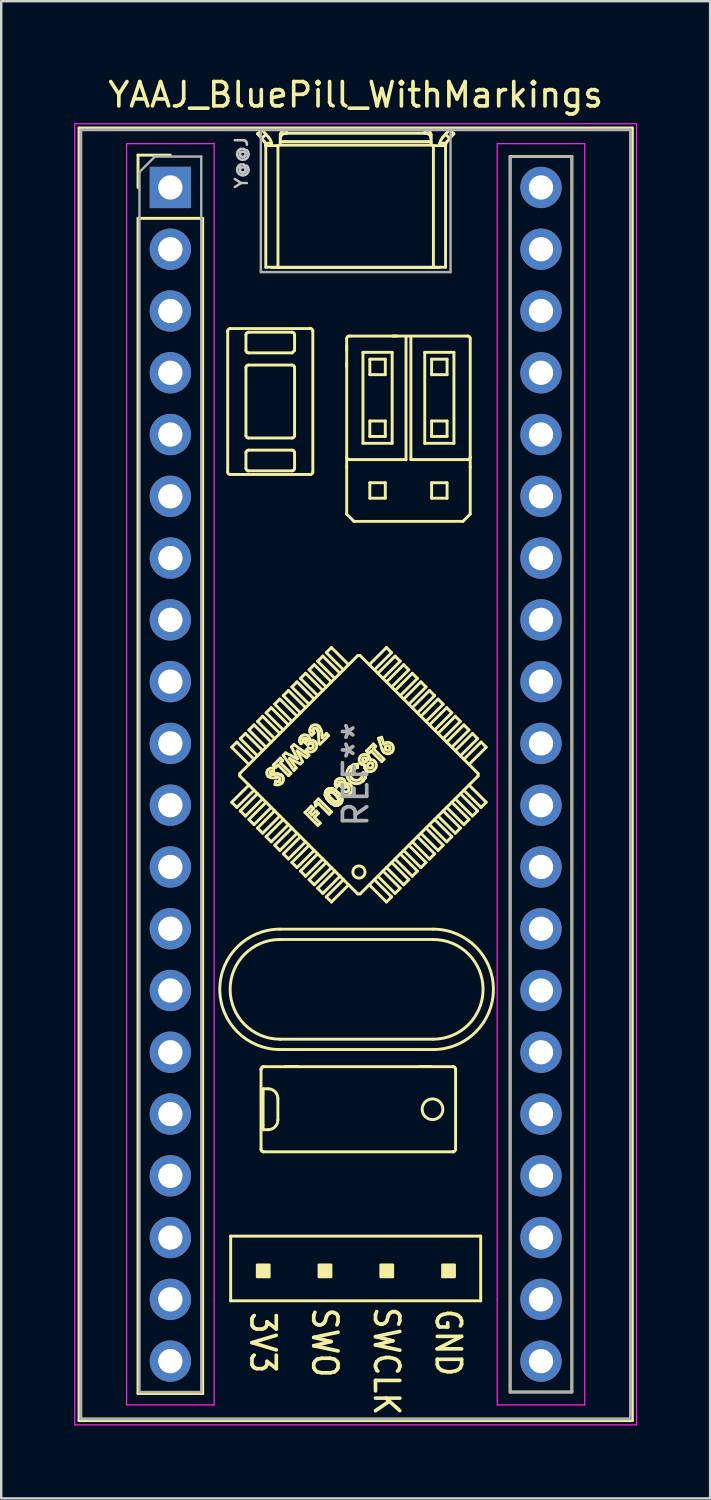
<source format=kicad_pcb>
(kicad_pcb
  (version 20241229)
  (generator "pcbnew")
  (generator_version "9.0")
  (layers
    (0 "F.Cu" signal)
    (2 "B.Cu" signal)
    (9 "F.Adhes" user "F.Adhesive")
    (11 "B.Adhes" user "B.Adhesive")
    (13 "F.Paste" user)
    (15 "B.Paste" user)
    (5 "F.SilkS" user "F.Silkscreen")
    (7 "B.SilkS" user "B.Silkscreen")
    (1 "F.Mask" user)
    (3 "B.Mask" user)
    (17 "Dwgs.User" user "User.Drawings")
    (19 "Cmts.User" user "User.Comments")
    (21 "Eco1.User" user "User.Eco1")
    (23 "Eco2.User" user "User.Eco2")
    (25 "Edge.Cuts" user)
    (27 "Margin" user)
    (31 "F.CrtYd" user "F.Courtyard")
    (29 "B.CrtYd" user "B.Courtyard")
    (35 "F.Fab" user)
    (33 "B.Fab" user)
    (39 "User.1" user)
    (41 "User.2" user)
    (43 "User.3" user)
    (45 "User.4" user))
  (footprint "YAAJ_BluePill_WithMarkings"
    (layer "F.Cu")
    (at 3.955 4.658)
    (property "Reference" "YAAJ_BluePill_WithMarkings" (at 7.62 -3.81 0) (layer "F.SilkS") (effects (font (size 1 1) (thickness 0.15))))
    (attr through_hole)
    (fp_line (start -3.755 -2.445) (end 18.995 -2.445) (stroke (width 0.12) (type solid)) (layer "F.SilkS"))
    (fp_line (start -3.755 50.705) (end -3.755 -2.445) (stroke (width 0.12) (type solid)) (layer "F.SilkS"))
    (fp_line (start -1.33 -1.33) (end 0 -1.33) (stroke (width 0.12) (type solid)) (layer "F.SilkS"))
    (fp_line (start -1.33 0) (end -1.33 -1.33) (stroke (width 0.12) (type solid)) (layer "F.SilkS"))
    (fp_line (start -1.33 1.27) (end 1.33 1.27) (stroke (width 0.12) (type solid)) (layer "F.SilkS"))
    (fp_line (start -1.33 49.59) (end -1.33 1.27) (stroke (width 0.12) (type solid)) (layer "F.SilkS"))
    (fp_line (start 1.33 1.27) (end 1.33 49.59) (stroke (width 0.12) (type solid)) (layer "F.SilkS"))
    (fp_line (start 1.33 49.59) (end -1.33 49.59) (stroke (width 0.12) (type solid)) (layer "F.SilkS"))
    (fp_line (start 2.358 5.902) (end 2.358 11.702) (stroke (width 0.12) (type solid)) (layer "F.SilkS"))
    (fp_line (start 2.458 11.802) (end 5.758 11.802) (stroke (width 0.12) (type solid)) (layer "F.SilkS"))
    (fp_line (start 2.48 43.12) (end 2.48 45.78) (stroke (width 0.12) (type solid)) (layer "F.SilkS"))
    (fp_line (start 2.48 45.78) (end 12.76 45.78) (stroke (width 0.12) (type solid)) (layer "F.SilkS"))
    (fp_line (start 2.522 23.017) (end 3.229 23.724) (stroke (width 0.12) (type solid)) (layer "F.SilkS"))
    (fp_line (start 2.522 25.28) (end 3.229 24.573) (stroke (width 0.12) (type solid)) (layer "F.SilkS"))
    (fp_line (start 2.734 22.805) (end 2.522 23.017) (stroke (width 0.12) (type solid)) (layer "F.SilkS"))
    (fp_line (start 2.734 22.805) (end 3.441 23.512) (stroke (width 0.12) (type solid)) (layer "F.SilkS"))
    (fp_line (start 2.734 25.492) (end 2.522 25.28) (stroke (width 0.12) (type solid)) (layer "F.SilkS"))
    (fp_line (start 2.734 25.492) (end 3.441 24.785) (stroke (width 0.12) (type solid)) (layer "F.SilkS"))
    (fp_line (start 2.855 24.199) (end 2.855 24.099) (stroke (width 0.12) (type solid)) (layer "F.SilkS"))
    (fp_line (start 2.855 24.199) (end 7.704 29.048) (stroke (width 0.12) (type solid)) (layer "F.SilkS"))
    (fp_line (start 2.875 22.664) (end 3.583 23.371) (stroke (width 0.12) (type solid)) (layer "F.SilkS"))
    (fp_line (start 2.875 25.634) (end 3.583 24.926) (stroke (width 0.12) (type solid)) (layer "F.SilkS"))
    (fp_line (start 3.088 22.452) (end 2.875 22.664) (stroke (width 0.12) (type solid)) (layer "F.SilkS"))
    (fp_line (start 3.088 22.452) (end 3.795 23.159) (stroke (width 0.12) (type solid)) (layer "F.SilkS"))
    (fp_line (start 3.088 25.846) (end 2.875 25.634) (stroke (width 0.12) (type solid)) (layer "F.SilkS"))
    (fp_line (start 3.088 25.846) (end 3.795 25.139) (stroke (width 0.12) (type solid)) (layer "F.SilkS"))
    (fp_line (start 3.108 6.702) (end 3.108 6.052) (stroke (width 0.12) (type solid)) (layer "F.SilkS"))
    (fp_line (start 3.108 10.202) (end 3.108 7.402) (stroke (width 0.12) (type solid)) (layer "F.SilkS"))
    (fp_line (start 3.108 11.552) (end 3.108 10.902) (stroke (width 0.12) (type solid)) (layer "F.SilkS"))
    (fp_line (start 3.208 5.952) (end 5.008 5.952) (stroke (width 0.12) (type solid)) (layer "F.SilkS"))
    (fp_line (start 3.208 7.302) (end 5.008 7.302) (stroke (width 0.12) (type solid)) (layer "F.SilkS"))
    (fp_line (start 3.208 10.802) (end 5.008 10.802) (stroke (width 0.12) (type solid)) (layer "F.SilkS"))
    (fp_line (start 3.229 22.31) (end 3.936 23.017) (stroke (width 0.12) (type solid)) (layer "F.SilkS"))
    (fp_line (start 3.229 25.987) (end 3.936 25.28) (stroke (width 0.12) (type solid)) (layer "F.SilkS"))
    (fp_line (start 3.441 22.098) (end 3.229 22.31) (stroke (width 0.12) (type solid)) (layer "F.SilkS"))
    (fp_line (start 3.441 22.098) (end 4.148 22.805) (stroke (width 0.12) (type solid)) (layer "F.SilkS"))
    (fp_line (start 3.441 26.199) (end 3.229 25.987) (stroke (width 0.12) (type solid)) (layer "F.SilkS"))
    (fp_line (start 3.441 26.199) (end 4.148 25.492) (stroke (width 0.12) (type solid)) (layer "F.SilkS"))
    (fp_line (start 3.583 -2.207) (end 3.861 -1.891) (stroke (width 0.12) (type solid)) (layer "F.SilkS"))
    (fp_line (start 3.583 21.957) (end 4.29 22.664) (stroke (width 0.12) (type solid)) (layer "F.SilkS"))
    (fp_line (start 3.583 26.341) (end 4.29 25.634) (stroke (width 0.12) (type solid)) (layer "F.SilkS"))
    (fp_line (start 3.728 36.253) (end 3.728 39.553) (stroke (width 0.12) (type solid)) (layer "F.SilkS"))
    (fp_line (start 3.728 36.252) (end 3.728 36.253) (stroke (width 0.12) (type solid)) (layer "F.SilkS"))
    (fp_line (start 3.748 -2.02) (end 3.933 -2.182) (stroke (width 0.12) (type solid)) (layer "F.SilkS"))
    (fp_line (start 3.767 -2.37) (end 3.583 -2.207) (stroke (width 0.12) (type solid)) (layer "F.SilkS"))
    (fp_line (start 3.795 21.744) (end 3.583 21.957) (stroke (width 0.12) (type solid)) (layer "F.SilkS"))
    (fp_line (start 3.795 21.744) (end 4.502 22.452) (stroke (width 0.12) (type solid)) (layer "F.SilkS"))
    (fp_line (start 3.795 26.553) (end 3.583 26.341) (stroke (width 0.12) (type solid)) (layer "F.SilkS"))
    (fp_line (start 3.795 26.553) (end 4.502 25.846) (stroke (width 0.12) (type solid)) (layer "F.SilkS"))
    (fp_line (start 3.812 38.544) (end 3.812 37.262) (stroke (width 0.12) (type solid)) (layer "F.SilkS"))
    (fp_line (start 3.827 39.653) (end 3.828 39.653) (stroke (width 0.12) (type solid)) (layer "F.SilkS"))
    (fp_line (start 3.828 36.153) (end 3.827 36.153) (stroke (width 0.12) (type solid)) (layer "F.SilkS"))
    (fp_line (start 3.828 36.153) (end 11.628 36.153) (stroke (width 0.12) (type solid)) (layer "F.SilkS"))
    (fp_line (start 3.828 39.653) (end 11.628 39.653) (stroke (width 0.12) (type solid)) (layer "F.SilkS"))
    (fp_line (start 3.834 38.744) (end 4.021 38.744) (stroke (width 0.12) (type solid)) (layer "F.SilkS"))
    (fp_line (start 3.924 -1.728) (end 3.929 -1.72) (stroke (width 0.12) (type solid)) (layer "F.SilkS"))
    (fp_line (start 3.924 -1.726) (end 3.924 -1.728) (stroke (width 0.12) (type solid)) (layer "F.SilkS"))
    (fp_line (start 3.924 -1.726) (end 3.924 3.28) (stroke (width 0.12) (type solid)) (layer "F.SilkS"))
    (fp_line (start 3.929 -1.72) (end 3.93 -1.72) (stroke (width 0.12) (type solid)) (layer "F.SilkS"))
    (fp_line (start 3.93 -1.72) (end 4.42 -1.72) (stroke (width 0.12) (type solid)) (layer "F.SilkS"))
    (fp_line (start 3.936 21.603) (end 4.643 22.31) (stroke (width 0.12) (type solid)) (layer "F.SilkS"))
    (fp_line (start 3.936 26.694) (end 4.643 25.987) (stroke (width 0.12) (type solid)) (layer "F.SilkS"))
    (fp_line (start 4.021 37.062) (end 3.834 37.062) (stroke (width 0.12) (type solid)) (layer "F.SilkS"))
    (fp_line (start 4.045 -2.055) (end 3.767 -2.37) (stroke (width 0.12) (type solid)) (layer "F.SilkS"))
    (fp_line (start 4.108 24.11) (end 4.126 24.122) (stroke (width 0.12) (type solid)) (layer "F.SilkS"))
    (fp_line (start 4.108 24.11) (end 4.126 24.122) (stroke (width 0.12) (type solid)) (layer "F.SilkS"))
    (fp_line (start 4.126 24.122) (end 4.142 24.127) (stroke (width 0.12) (type solid)) (layer "F.SilkS"))
    (fp_line (start 4.126 24.122) (end 4.142 24.127) (stroke (width 0.12) (type solid)) (layer "F.SilkS"))
    (fp_line (start 4.142 24.127) (end 4.221 24.127) (stroke (width 0.12) (type solid)) (layer "F.SilkS"))
    (fp_line (start 4.142 24.127) (end 4.221 24.127) (stroke (width 0.12) (type solid)) (layer "F.SilkS"))
    (fp_line (start 4.148 21.391) (end 3.936 21.603) (stroke (width 0.12) (type solid)) (layer "F.SilkS"))
    (fp_line (start 4.148 21.391) (end 4.855 22.098) (stroke (width 0.12) (type solid)) (layer "F.SilkS"))
    (fp_line (start 4.148 26.906) (end 3.936 26.694) (stroke (width 0.12) (type solid)) (layer "F.SilkS"))
    (fp_line (start 4.148 26.906) (end 4.855 26.199) (stroke (width 0.12) (type solid)) (layer "F.SilkS"))
    (fp_line (start 4.161 -1.82) (end 3.905 -1.82) (stroke (width 0.12) (type solid)) (layer "F.SilkS"))
    (fp_line (start 4.17 -1.72) (end 4.17 -1.724) (stroke (width 0.12) (type solid)) (layer "F.SilkS"))
    (fp_line (start 4.221 24.127) (end 4.283 24.123) (stroke (width 0.12) (type solid)) (layer "F.SilkS"))
    (fp_line (start 4.221 24.127) (end 4.283 24.123) (stroke (width 0.12) (type solid)) (layer "F.SilkS"))
    (fp_line (start 4.236 23.749) (end 4.522 23.463) (stroke (width 0.12) (type solid)) (layer "F.SilkS"))
    (fp_line (start 4.253 23.874) (end 4.247 24.011) (stroke (width 0.12) (type solid)) (layer "F.SilkS"))
    (fp_line (start 4.283 24.123) (end 4.355 24.118) (stroke (width 0.12) (type solid)) (layer "F.SilkS"))
    (fp_line (start 4.283 24.123) (end 4.355 24.118) (stroke (width 0.12) (type solid)) (layer "F.SilkS"))
    (fp_line (start 4.29 21.249) (end 4.997 21.957) (stroke (width 0.12) (type solid)) (layer "F.SilkS"))
    (fp_line (start 4.29 27.048) (end 4.997 26.341) (stroke (width 0.12) (type solid)) (layer "F.SilkS"))
    (fp_line (start 4.3 24.547) (end 4.334 24.413) (stroke (width 0.12) (type solid)) (layer "F.SilkS"))
    (fp_line (start 4.331 23.844) (end 4.236 23.749) (stroke (width 0.12) (type solid)) (layer "F.SilkS"))
    (fp_line (start 4.334 24.413) (end 4.424 24.424) (stroke (width 0.12) (type solid)) (layer "F.SilkS"))
    (fp_line (start 4.334 24.413) (end 4.424 24.424) (stroke (width 0.12) (type solid)) (layer "F.SilkS"))
    (fp_line (start 4.355 24.118) (end 4.412 24.116) (stroke (width 0.12) (type solid)) (layer "F.SilkS"))
    (fp_line (start 4.355 24.118) (end 4.412 24.116) (stroke (width 0.12) (type solid)) (layer "F.SilkS"))
    (fp_line (start 4.412 24.116) (end 4.518 24.135) (stroke (width 0.12) (type solid)) (layer "F.SilkS"))
    (fp_line (start 4.412 24.116) (end 4.518 24.135) (stroke (width 0.12) (type solid)) (layer "F.SilkS"))
    (fp_line (start 4.42 -1.72) (end 4.424 -1.72) (stroke (width 0.12) (type solid)) (layer "F.SilkS"))
    (fp_line (start 4.421 37.462) (end 4.421 38.344) (stroke (width 0.12) (type solid)) (layer "F.SilkS"))
    (fp_line (start 4.424 -1.72) (end 4.424 3.29) (stroke (width 0.12) (type solid)) (layer "F.SilkS"))
    (fp_line (start 4.424 24.424) (end 4.459 24.415) (stroke (width 0.12) (type solid)) (layer "F.SilkS"))
    (fp_line (start 4.424 24.424) (end 4.459 24.415) (stroke (width 0.12) (type solid)) (layer "F.SilkS"))
    (fp_line (start 4.427 23.749) (end 4.331 23.844) (stroke (width 0.12) (type solid)) (layer "F.SilkS"))
    (fp_line (start 4.459 24.415) (end 4.489 24.394) (stroke (width 0.12) (type solid)) (layer "F.SilkS"))
    (fp_line (start 4.459 24.415) (end 4.489 24.394) (stroke (width 0.12) (type solid)) (layer "F.SilkS"))
    (fp_line (start 4.502 21.037) (end 4.29 21.249) (stroke (width 0.12) (type solid)) (layer "F.SilkS"))
    (fp_line (start 4.502 21.037) (end 5.209 21.744) (stroke (width 0.12) (type solid)) (layer "F.SilkS"))
    (fp_line (start 4.502 27.26) (end 4.29 27.048) (stroke (width 0.12) (type solid)) (layer "F.SilkS"))
    (fp_line (start 4.502 27.26) (end 5.209 26.553) (stroke (width 0.12) (type solid)) (layer "F.SilkS"))
    (fp_line (start 4.508 30.923) (end 10.808 30.923) (stroke (width 0.12) (type solid)) (layer "F.SilkS"))
    (fp_line (start 4.508 35.448) (end 10.808 35.448) (stroke (width 0.12) (type solid)) (layer "F.SilkS"))
    (fp_line (start 4.518 24.135) (end 4.588 24.183) (stroke (width 0.12) (type solid)) (layer "F.SilkS"))
    (fp_line (start 4.518 24.135) (end 4.588 24.183) (stroke (width 0.12) (type solid)) (layer "F.SilkS"))
    (fp_line (start 4.52 -2.165) (end 4.52 -1.82) (stroke (width 0.12) (type solid)) (layer "F.SilkS"))
    (fp_line (start 4.52 -1.885) (end 10.72 -1.885) (stroke (width 0.12) (type solid)) (layer "F.SilkS"))
    (fp_line (start 4.522 23.463) (end 4.617 23.559) (stroke (width 0.12) (type solid)) (layer "F.SilkS"))
    (fp_line (start 4.522 23.654) (end 4.957 24.089) (stroke (width 0.12) (type solid)) (layer "F.SilkS"))
    (fp_line (start 4.617 23.559) (end 4.522 23.654) (stroke (width 0.12) (type solid)) (layer "F.SilkS"))
    (fp_line (start 4.639 23.347) (end 4.737 23.248) (stroke (width 0.12) (type solid)) (layer "F.SilkS"))
    (fp_line (start 4.643 20.896) (end 5.35 21.603) (stroke (width 0.12) (type solid)) (layer "F.SilkS"))
    (fp_line (start 4.643 27.401) (end 5.35 26.694) (stroke (width 0.12) (type solid)) (layer "F.SilkS"))
    (fp_line (start 4.737 23.248) (end 5.228 23.497) (stroke (width 0.12) (type solid)) (layer "F.SilkS"))
    (fp_line (start 4.77 -2.227) (end 4.77 -2.37) (stroke (width 0.12) (type solid)) (layer "F.SilkS"))
    (fp_line (start 4.855 20.684) (end 4.643 20.896) (stroke (width 0.12) (type solid)) (layer "F.SilkS"))
    (fp_line (start 4.855 20.684) (end 5.562 21.391) (stroke (width 0.12) (type solid)) (layer "F.SilkS"))
    (fp_line (start 4.855 27.613) (end 4.643 27.401) (stroke (width 0.12) (type solid)) (layer "F.SilkS"))
    (fp_line (start 4.855 27.613) (end 5.562 26.906) (stroke (width 0.12) (type solid)) (layer "F.SilkS"))
    (fp_line (start 4.862 24.184) (end 4.427 23.749) (stroke (width 0.12) (type solid)) (layer "F.SilkS"))
    (fp_line (start 4.897 23.479) (end 5.176 23.87) (stroke (width 0.12) (type solid)) (layer "F.SilkS"))
    (fp_line (start 4.957 24.089) (end 4.862 24.184) (stroke (width 0.12) (type solid)) (layer "F.SilkS"))
    (fp_line (start 4.98 23.005) (end 5.078 22.907) (stroke (width 0.12) (type solid)) (layer "F.SilkS"))
    (fp_line (start 4.997 20.542) (end 5.704 21.249) (stroke (width 0.12) (type solid)) (layer "F.SilkS"))
    (fp_line (start 4.997 27.755) (end 5.704 27.048) (stroke (width 0.12) (type solid)) (layer "F.SilkS"))
    (fp_line (start 5.008 6.802) (end 3.208 6.802) (stroke (width 0.12) (type solid)) (layer "F.SilkS"))
    (fp_line (start 5.008 10.302) (end 3.208 10.302) (stroke (width 0.12) (type solid)) (layer "F.SilkS"))
    (fp_line (start 5.008 11.652) (end 3.208 11.652) (stroke (width 0.12) (type solid)) (layer "F.SilkS"))
    (fp_line (start 5.078 22.907) (end 5.698 23.348) (stroke (width 0.12) (type solid)) (layer "F.SilkS"))
    (fp_line (start 5.079 23.967) (end 4.639 23.347) (stroke (width 0.12) (type solid)) (layer "F.SilkS"))
    (fp_line (start 5.108 6.052) (end 5.108 6.702) (stroke (width 0.12) (type solid)) (layer "F.SilkS"))
    (fp_line (start 5.108 6.702) (end 5.008 6.802) (stroke (width 0.12) (type solid)) (layer "F.SilkS"))
    (fp_line (start 5.108 7.402) (end 5.108 10.202) (stroke (width 0.12) (type solid)) (layer "F.SilkS"))
    (fp_line (start 5.108 10.902) (end 5.108 11.552) (stroke (width 0.12) (type solid)) (layer "F.SilkS"))
    (fp_line (start 5.176 23.87) (end 5.079 23.967) (stroke (width 0.12) (type solid)) (layer "F.SilkS"))
    (fp_line (start 5.209 20.33) (end 4.997 20.542) (stroke (width 0.12) (type solid)) (layer "F.SilkS"))
    (fp_line (start 5.209 20.33) (end 5.916 21.037) (stroke (width 0.12) (type solid)) (layer "F.SilkS"))
    (fp_line (start 5.209 27.967) (end 4.997 27.755) (stroke (width 0.12) (type solid)) (layer "F.SilkS"))
    (fp_line (start 5.209 27.967) (end 5.916 27.26) (stroke (width 0.12) (type solid)) (layer "F.SilkS"))
    (fp_line (start 5.21 23.166) (end 5.435 23.611) (stroke (width 0.12) (type solid)) (layer "F.SilkS"))
    (fp_line (start 5.228 36.143) (end 4.728 36.143) (stroke (width 0.12) (type solid)) (layer "F.SilkS"))
    (fp_line (start 5.228 23.497) (end 4.98 23.005) (stroke (width 0.12) (type solid)) (layer "F.SilkS"))
    (fp_line (start 5.319 22.738) (end 5.339 22.637) (stroke (width 0.12) (type solid)) (layer "F.SilkS"))
    (fp_line (start 5.319 22.738) (end 5.339 22.637) (stroke (width 0.12) (type solid)) (layer "F.SilkS"))
    (fp_line (start 5.331 22.801) (end 5.319 22.738) (stroke (width 0.12) (type solid)) (layer "F.SilkS"))
    (fp_line (start 5.331 22.801) (end 5.319 22.738) (stroke (width 0.12) (type solid)) (layer "F.SilkS"))
    (fp_line (start 5.339 22.637) (end 5.387 22.571) (stroke (width 0.12) (type solid)) (layer "F.SilkS"))
    (fp_line (start 5.339 22.637) (end 5.387 22.571) (stroke (width 0.12) (type solid)) (layer "F.SilkS"))
    (fp_line (start 5.342 23.704) (end 4.897 23.479) (stroke (width 0.12) (type solid)) (layer "F.SilkS"))
    (fp_line (start 5.35 20.189) (end 6.057 20.896) (stroke (width 0.12) (type solid)) (layer "F.SilkS"))
    (fp_line (start 5.35 28.108) (end 6.057 27.401) (stroke (width 0.12) (type solid)) (layer "F.SilkS"))
    (fp_line (start 5.372 22.872) (end 5.331 22.801) (stroke (width 0.12) (type solid)) (layer "F.SilkS"))
    (fp_line (start 5.372 22.872) (end 5.331 22.801) (stroke (width 0.12) (type solid)) (layer "F.SilkS"))
    (fp_line (start 5.435 23.611) (end 5.342 23.704) (stroke (width 0.12) (type solid)) (layer "F.SilkS"))
    (fp_line (start 5.467 22.777) (end 5.372 22.872) (stroke (width 0.12) (type solid)) (layer "F.SilkS"))
    (fp_line (start 5.535 25.7) (end 5.793 25.442) (stroke (width 0.12) (type solid)) (layer "F.SilkS"))
    (fp_line (start 5.549 22.831) (end 5.6 22.752) (stroke (width 0.12) (type solid)) (layer "F.SilkS"))
    (fp_line (start 5.549 22.831) (end 5.6 22.752) (stroke (width 0.12) (type solid)) (layer "F.SilkS"))
    (fp_line (start 5.562 19.977) (end 5.35 20.189) (stroke (width 0.12) (type solid)) (layer "F.SilkS"))
    (fp_line (start 5.562 19.977) (end 6.27 20.684) (stroke (width 0.12) (type solid)) (layer "F.SilkS"))
    (fp_line (start 5.562 28.321) (end 5.35 28.108) (stroke (width 0.12) (type solid)) (layer "F.SilkS"))
    (fp_line (start 5.562 28.321) (end 6.27 27.613) (stroke (width 0.12) (type solid)) (layer "F.SilkS"))
    (fp_line (start 5.583 23.137) (end 5.678 23.042) (stroke (width 0.12) (type solid)) (layer "F.SilkS"))
    (fp_line (start 5.598 22.683) (end 5.585 22.664) (stroke (width 0.12) (type solid)) (layer "F.SilkS"))
    (fp_line (start 5.598 22.683) (end 5.585 22.664) (stroke (width 0.12) (type solid)) (layer "F.SilkS"))
    (fp_line (start 5.6 22.752) (end 5.605 22.706) (stroke (width 0.12) (type solid)) (layer "F.SilkS"))
    (fp_line (start 5.6 22.752) (end 5.605 22.706) (stroke (width 0.12) (type solid)) (layer "F.SilkS"))
    (fp_line (start 5.602 23.444) (end 5.21 23.166) (stroke (width 0.12) (type solid)) (layer "F.SilkS"))
    (fp_line (start 5.605 22.706) (end 5.598 22.683) (stroke (width 0.12) (type solid)) (layer "F.SilkS"))
    (fp_line (start 5.605 22.706) (end 5.598 22.683) (stroke (width 0.12) (type solid)) (layer "F.SilkS"))
    (fp_line (start 5.637 22.92) (end 5.549 22.831) (stroke (width 0.12) (type solid)) (layer "F.SilkS"))
    (fp_line (start 5.698 23.348) (end 5.602 23.444) (stroke (width 0.12) (type solid)) (layer "F.SilkS"))
    (fp_line (start 5.704 19.835) (end 6.411 20.542) (stroke (width 0.12) (type solid)) (layer "F.SilkS"))
    (fp_line (start 5.704 28.462) (end 6.411 27.755) (stroke (width 0.12) (type solid)) (layer "F.SilkS"))
    (fp_line (start 5.725 25.7) (end 5.827 25.802) (stroke (width 0.12) (type solid)) (layer "F.SilkS"))
    (fp_line (start 5.738 22.854) (end 5.637 22.92) (stroke (width 0.12) (type solid)) (layer "F.SilkS"))
    (fp_line (start 5.738 22.854) (end 5.637 22.92) (stroke (width 0.12) (type solid)) (layer "F.SilkS"))
    (fp_line (start 5.758 5.802) (end 2.458 5.802) (stroke (width 0.12) (type solid)) (layer "F.SilkS"))
    (fp_line (start 5.762 5.802) (end 5.758 5.802) (stroke (width 0.12) (type solid)) (layer "F.SilkS"))
    (fp_line (start 5.793 25.442) (end 5.888 25.537) (stroke (width 0.12) (type solid)) (layer "F.SilkS"))
    (fp_line (start 5.798 22.849) (end 5.738 22.854) (stroke (width 0.12) (type solid)) (layer "F.SilkS"))
    (fp_line (start 5.798 22.849) (end 5.738 22.854) (stroke (width 0.12) (type solid)) (layer "F.SilkS"))
    (fp_line (start 5.827 25.802) (end 5.99 25.639) (stroke (width 0.12) (type solid)) (layer "F.SilkS"))
    (fp_line (start 5.827 22.858) (end 5.798 22.849) (stroke (width 0.12) (type solid)) (layer "F.SilkS"))
    (fp_line (start 5.827 22.858) (end 5.798 22.849) (stroke (width 0.12) (type solid)) (layer "F.SilkS"))
    (fp_line (start 5.852 22.876) (end 5.827 22.858) (stroke (width 0.12) (type solid)) (layer "F.SilkS"))
    (fp_line (start 5.852 22.876) (end 5.827 22.858) (stroke (width 0.12) (type solid)) (layer "F.SilkS"))
    (fp_line (start 5.858 11.702) (end 5.858 5.902) (stroke (width 0.12) (type solid)) (layer "F.SilkS"))
    (fp_line (start 5.862 22.307) (end 5.866 22.36) (stroke (width 0.12) (type solid)) (layer "F.SilkS"))
    (fp_line (start 5.862 22.307) (end 5.866 22.36) (stroke (width 0.12) (type solid)) (layer "F.SilkS"))
    (fp_line (start 5.866 22.36) (end 5.909 22.43) (stroke (width 0.12) (type solid)) (layer "F.SilkS"))
    (fp_line (start 5.866 22.36) (end 5.909 22.43) (stroke (width 0.12) (type solid)) (layer "F.SilkS"))
    (fp_line (start 5.887 22.261) (end 5.862 22.307) (stroke (width 0.12) (type solid)) (layer "F.SilkS"))
    (fp_line (start 5.887 22.261) (end 5.862 22.307) (stroke (width 0.12) (type solid)) (layer "F.SilkS"))
    (fp_line (start 5.888 25.537) (end 5.725 25.7) (stroke (width 0.12) (type solid)) (layer "F.SilkS"))
    (fp_line (start 5.909 22.43) (end 5.814 22.525) (stroke (width 0.12) (type solid)) (layer "F.SilkS"))
    (fp_line (start 5.916 19.623) (end 5.704 19.835) (stroke (width 0.12) (type solid)) (layer "F.SilkS"))
    (fp_line (start 5.916 19.623) (end 6.623 20.33) (stroke (width 0.12) (type solid)) (layer "F.SilkS"))
    (fp_line (start 5.916 28.674) (end 5.704 28.462) (stroke (width 0.12) (type solid)) (layer "F.SilkS"))
    (fp_line (start 5.916 28.674) (end 6.623 27.967) (stroke (width 0.12) (type solid)) (layer "F.SilkS"))
    (fp_line (start 5.922 25.898) (end 6.16 26.136) (stroke (width 0.12) (type solid)) (layer "F.SilkS"))
    (fp_line (start 5.945 25.29) (end 6.092 25.143) (stroke (width 0.12) (type solid)) (layer "F.SilkS"))
    (fp_line (start 5.977 25.435) (end 5.945 25.29) (stroke (width 0.12) (type solid)) (layer "F.SilkS"))
    (fp_line (start 5.99 25.639) (end 6.086 25.734) (stroke (width 0.12) (type solid)) (layer "F.SilkS"))
    (fp_line (start 6.057 19.482) (end 6.765 20.189) (stroke (width 0.12) (type solid)) (layer "F.SilkS"))
    (fp_line (start 6.057 28.815) (end 6.765 28.108) (stroke (width 0.12) (type solid)) (layer "F.SilkS"))
    (fp_line (start 6.065 26.231) (end 5.535 25.7) (stroke (width 0.12) (type solid)) (layer "F.SilkS"))
    (fp_line (start 6.08 22.368) (end 6.027 22.263) (stroke (width 0.12) (type solid)) (layer "F.SilkS"))
    (fp_line (start 6.08 22.368) (end 6.027 22.263) (stroke (width 0.12) (type solid)) (layer "F.SilkS"))
    (fp_line (start 6.086 25.326) (end 5.977 25.435) (stroke (width 0.12) (type solid)) (layer "F.SilkS"))
    (fp_line (start 6.086 25.734) (end 5.922 25.898) (stroke (width 0.12) (type solid)) (layer "F.SilkS"))
    (fp_line (start 6.092 25.143) (end 6.623 25.673) (stroke (width 0.12) (type solid)) (layer "F.SilkS"))
    (fp_line (start 6.095 22.52) (end 6.08 22.368) (stroke (width 0.12) (type solid)) (layer "F.SilkS"))
    (fp_line (start 6.095 22.52) (end 6.08 22.368) (stroke (width 0.12) (type solid)) (layer "F.SilkS"))
    (fp_line (start 6.105 22.844) (end 6.095 22.52) (stroke (width 0.12) (type solid)) (layer "F.SilkS"))
    (fp_line (start 6.154 22.892) (end 6.105 22.844) (stroke (width 0.12) (type solid)) (layer "F.SilkS"))
    (fp_line (start 6.16 26.136) (end 6.065 26.231) (stroke (width 0.12) (type solid)) (layer "F.SilkS"))
    (fp_line (start 6.232 22.51) (end 6.24 22.629) (stroke (width 0.12) (type solid)) (layer "F.SilkS"))
    (fp_line (start 6.24 22.629) (end 6.419 22.45) (stroke (width 0.12) (type solid)) (layer "F.SilkS"))
    (fp_line (start 6.27 19.27) (end 6.057 19.482) (stroke (width 0.12) (type solid)) (layer "F.SilkS"))
    (fp_line (start 6.27 19.27) (end 6.977 19.977) (stroke (width 0.12) (type solid)) (layer "F.SilkS"))
    (fp_line (start 6.27 29.028) (end 6.057 28.815) (stroke (width 0.12) (type solid)) (layer "F.SilkS"))
    (fp_line (start 6.27 29.028) (end 6.977 28.321) (stroke (width 0.12) (type solid)) (layer "F.SilkS"))
    (fp_line (start 6.365 24.988) (end 6.373 24.863) (stroke (width 0.12) (type solid)) (layer "F.SilkS"))
    (fp_line (start 6.365 24.988) (end 6.373 24.863) (stroke (width 0.12) (type solid)) (layer "F.SilkS"))
    (fp_line (start 6.373 24.863) (end 6.427 24.781) (stroke (width 0.12) (type solid)) (layer "F.SilkS"))
    (fp_line (start 6.373 24.863) (end 6.427 24.781) (stroke (width 0.12) (type solid)) (layer "F.SilkS"))
    (fp_line (start 6.411 19.128) (end 7.118 19.835) (stroke (width 0.12) (type solid)) (layer "F.SilkS"))
    (fp_line (start 6.411 29.169) (end 7.118 28.462) (stroke (width 0.12) (type solid)) (layer "F.SilkS"))
    (fp_line (start 6.419 22.45) (end 6.507 22.539) (stroke (width 0.12) (type solid)) (layer "F.SilkS"))
    (fp_line (start 6.421 25.111) (end 6.365 24.988) (stroke (width 0.12) (type solid)) (layer "F.SilkS"))
    (fp_line (start 6.421 25.111) (end 6.365 24.988) (stroke (width 0.12) (type solid)) (layer "F.SilkS"))
    (fp_line (start 6.427 24.781) (end 6.48 24.74) (stroke (width 0.12) (type solid)) (layer "F.SilkS"))
    (fp_line (start 6.427 24.781) (end 6.48 24.74) (stroke (width 0.12) (type solid)) (layer "F.SilkS"))
    (fp_line (start 6.48 24.74) (end 6.541 24.715) (stroke (width 0.12) (type solid)) (layer "F.SilkS"))
    (fp_line (start 6.48 24.74) (end 6.541 24.715) (stroke (width 0.12) (type solid)) (layer "F.SilkS"))
    (fp_line (start 6.496 24.948) (end 6.524 25.024) (stroke (width 0.12) (type solid)) (layer "F.SilkS"))
    (fp_line (start 6.496 24.948) (end 6.524 25.024) (stroke (width 0.12) (type solid)) (layer "F.SilkS"))
    (fp_line (start 6.503 24.908) (end 6.496 24.948) (stroke (width 0.12) (type solid)) (layer "F.SilkS"))
    (fp_line (start 6.503 24.908) (end 6.496 24.948) (stroke (width 0.12) (type solid)) (layer "F.SilkS"))
    (fp_line (start 6.507 22.539) (end 6.154 22.892) (stroke (width 0.12) (type solid)) (layer "F.SilkS"))
    (fp_line (start 6.524 25.024) (end 6.629 25.149) (stroke (width 0.12) (type solid)) (layer "F.SilkS"))
    (fp_line (start 6.524 25.024) (end 6.629 25.149) (stroke (width 0.12) (type solid)) (layer "F.SilkS"))
    (fp_line (start 6.525 24.874) (end 6.503 24.908) (stroke (width 0.12) (type solid)) (layer "F.SilkS"))
    (fp_line (start 6.525 24.874) (end 6.503 24.908) (stroke (width 0.12) (type solid)) (layer "F.SilkS"))
    (fp_line (start 6.528 25.768) (end 6.086 25.326) (stroke (width 0.12) (type solid)) (layer "F.SilkS"))
    (fp_line (start 6.533 25.243) (end 6.421 25.111) (stroke (width 0.12) (type solid)) (layer "F.SilkS"))
    (fp_line (start 6.533 25.243) (end 6.421 25.111) (stroke (width 0.12) (type solid)) (layer "F.SilkS"))
    (fp_line (start 6.541 24.715) (end 6.608 24.71) (stroke (width 0.12) (type solid)) (layer "F.SilkS"))
    (fp_line (start 6.541 24.715) (end 6.608 24.71) (stroke (width 0.12) (type solid)) (layer "F.SilkS"))
    (fp_line (start 6.558 24.852) (end 6.525 24.874) (stroke (width 0.12) (type solid)) (layer "F.SilkS"))
    (fp_line (start 6.558 24.852) (end 6.525 24.874) (stroke (width 0.12) (type solid)) (layer "F.SilkS"))
    (fp_line (start 6.597 24.848) (end 6.558 24.852) (stroke (width 0.12) (type solid)) (layer "F.SilkS"))
    (fp_line (start 6.597 24.848) (end 6.558 24.852) (stroke (width 0.12) (type solid)) (layer "F.SilkS"))
    (fp_line (start 6.608 24.71) (end 6.673 24.725) (stroke (width 0.12) (type solid)) (layer "F.SilkS"))
    (fp_line (start 6.608 24.71) (end 6.673 24.725) (stroke (width 0.12) (type solid)) (layer "F.SilkS"))
    (fp_line (start 6.623 25.673) (end 6.528 25.768) (stroke (width 0.12) (type solid)) (layer "F.SilkS"))
    (fp_line (start 6.623 18.916) (end 6.411 19.128) (stroke (width 0.12) (type solid)) (layer "F.SilkS"))
    (fp_line (start 6.623 18.916) (end 7.33 19.623) (stroke (width 0.12) (type solid)) (layer "F.SilkS"))
    (fp_line (start 6.623 29.381) (end 6.411 29.169) (stroke (width 0.12) (type solid)) (layer "F.SilkS"))
    (fp_line (start 6.623 29.381) (end 7.33 28.674) (stroke (width 0.12) (type solid)) (layer "F.SilkS"))
    (fp_line (start 6.629 25.149) (end 6.749 25.246) (stroke (width 0.12) (type solid)) (layer "F.SilkS"))
    (fp_line (start 6.629 25.149) (end 6.749 25.246) (stroke (width 0.12) (type solid)) (layer "F.SilkS"))
    (fp_line (start 6.631 25.331) (end 6.533 25.243) (stroke (width 0.12) (type solid)) (layer "F.SilkS"))
    (fp_line (start 6.631 25.331) (end 6.533 25.243) (stroke (width 0.12) (type solid)) (layer "F.SilkS"))
    (fp_line (start 6.671 24.873) (end 6.597 24.848) (stroke (width 0.12) (type solid)) (layer "F.SilkS"))
    (fp_line (start 6.671 24.873) (end 6.597 24.848) (stroke (width 0.12) (type solid)) (layer "F.SilkS"))
    (fp_line (start 6.673 24.725) (end 6.788 24.789) (stroke (width 0.12) (type solid)) (layer "F.SilkS"))
    (fp_line (start 6.673 24.725) (end 6.788 24.789) (stroke (width 0.12) (type solid)) (layer "F.SilkS"))
    (fp_line (start 6.746 25.394) (end 6.631 25.331) (stroke (width 0.12) (type solid)) (layer "F.SilkS"))
    (fp_line (start 6.746 25.394) (end 6.631 25.331) (stroke (width 0.12) (type solid)) (layer "F.SilkS"))
    (fp_line (start 6.749 25.246) (end 6.822 25.268) (stroke (width 0.12) (type solid)) (layer "F.SilkS"))
    (fp_line (start 6.749 25.246) (end 6.822 25.268) (stroke (width 0.12) (type solid)) (layer "F.SilkS"))
    (fp_line (start 6.781 24.526) (end 6.801 24.425) (stroke (width 0.12) (type solid)) (layer "F.SilkS"))
    (fp_line (start 6.781 24.526) (end 6.801 24.425) (stroke (width 0.12) (type solid)) (layer "F.SilkS"))
    (fp_line (start 6.788 24.789) (end 6.888 24.878) (stroke (width 0.12) (type solid)) (layer "F.SilkS"))
    (fp_line (start 6.788 24.789) (end 6.888 24.878) (stroke (width 0.12) (type solid)) (layer "F.SilkS"))
    (fp_line (start 6.793 24.973) (end 6.671 24.873) (stroke (width 0.12) (type solid)) (layer "F.SilkS"))
    (fp_line (start 6.793 24.973) (end 6.671 24.873) (stroke (width 0.12) (type solid)) (layer "F.SilkS"))
    (fp_line (start 6.793 24.589) (end 6.781 24.526) (stroke (width 0.12) (type solid)) (layer "F.SilkS"))
    (fp_line (start 6.793 24.589) (end 6.781 24.526) (stroke (width 0.12) (type solid)) (layer "F.SilkS"))
    (fp_line (start 6.801 24.425) (end 6.849 24.359) (stroke (width 0.12) (type solid)) (layer "F.SilkS"))
    (fp_line (start 6.801 24.425) (end 6.849 24.359) (stroke (width 0.12) (type solid)) (layer "F.SilkS"))
    (fp_line (start 6.811 25.407) (end 6.746 25.394) (stroke (width 0.12) (type solid)) (layer "F.SilkS"))
    (fp_line (start 6.811 25.407) (end 6.746 25.394) (stroke (width 0.12) (type solid)) (layer "F.SilkS"))
    (fp_line (start 6.822 25.268) (end 6.86 25.262) (stroke (width 0.12) (type solid)) (layer "F.SilkS"))
    (fp_line (start 6.822 25.268) (end 6.86 25.262) (stroke (width 0.12) (type solid)) (layer "F.SilkS"))
    (fp_line (start 6.834 24.66) (end 6.793 24.589) (stroke (width 0.12) (type solid)) (layer "F.SilkS"))
    (fp_line (start 6.834 24.66) (end 6.793 24.589) (stroke (width 0.12) (type solid)) (layer "F.SilkS"))
    (fp_line (start 6.856 25.043) (end 6.793 24.973) (stroke (width 0.12) (type solid)) (layer "F.SilkS"))
    (fp_line (start 6.856 25.043) (end 6.793 24.973) (stroke (width 0.12) (type solid)) (layer "F.SilkS"))
    (fp_line (start 6.86 25.262) (end 6.892 25.241) (stroke (width 0.12) (type solid)) (layer "F.SilkS"))
    (fp_line (start 6.86 25.262) (end 6.892 25.241) (stroke (width 0.12) (type solid)) (layer "F.SilkS"))
    (fp_line (start 6.876 25.402) (end 6.811 25.407) (stroke (width 0.12) (type solid)) (layer "F.SilkS"))
    (fp_line (start 6.876 25.402) (end 6.811 25.407) (stroke (width 0.12) (type solid)) (layer "F.SilkS"))
    (fp_line (start 6.888 24.878) (end 6.976 24.977) (stroke (width 0.12) (type solid)) (layer "F.SilkS"))
    (fp_line (start 6.888 24.878) (end 6.976 24.977) (stroke (width 0.12) (type solid)) (layer "F.SilkS"))
    (fp_line (start 6.914 25.146) (end 6.856 25.043) (stroke (width 0.12) (type solid)) (layer "F.SilkS"))
    (fp_line (start 6.914 25.146) (end 6.856 25.043) (stroke (width 0.12) (type solid)) (layer "F.SilkS"))
    (fp_line (start 6.929 24.565) (end 6.834 24.66) (stroke (width 0.12) (type solid)) (layer "F.SilkS"))
    (fp_line (start 6.936 25.377) (end 6.876 25.402) (stroke (width 0.12) (type solid)) (layer "F.SilkS"))
    (fp_line (start 6.936 25.377) (end 6.876 25.402) (stroke (width 0.12) (type solid)) (layer "F.SilkS"))
    (fp_line (start 6.976 24.977) (end 7.041 25.092) (stroke (width 0.12) (type solid)) (layer "F.SilkS"))
    (fp_line (start 6.976 24.977) (end 7.041 25.092) (stroke (width 0.12) (type solid)) (layer "F.SilkS"))
    (fp_line (start 6.988 25.335) (end 6.936 25.377) (stroke (width 0.12) (type solid)) (layer "F.SilkS"))
    (fp_line (start 6.988 25.335) (end 6.936 25.377) (stroke (width 0.12) (type solid)) (layer "F.SilkS"))
    (fp_line (start 7.01 24.619) (end 7.062 24.54) (stroke (width 0.12) (type solid)) (layer "F.SilkS"))
    (fp_line (start 7.01 24.619) (end 7.062 24.54) (stroke (width 0.12) (type solid)) (layer "F.SilkS"))
    (fp_line (start 7.029 25.284) (end 6.988 25.335) (stroke (width 0.12) (type solid)) (layer "F.SilkS"))
    (fp_line (start 7.029 25.284) (end 6.988 25.335) (stroke (width 0.12) (type solid)) (layer "F.SilkS"))
    (fp_line (start 7.041 25.092) (end 7.057 25.157) (stroke (width 0.12) (type solid)) (layer "F.SilkS"))
    (fp_line (start 7.041 25.092) (end 7.057 25.157) (stroke (width 0.12) (type solid)) (layer "F.SilkS"))
    (fp_line (start 7.044 24.925) (end 7.14 24.83) (stroke (width 0.12) (type solid)) (layer "F.SilkS"))
    (fp_line (start 7.054 25.223) (end 7.029 25.284) (stroke (width 0.12) (type solid)) (layer "F.SilkS"))
    (fp_line (start 7.054 25.223) (end 7.029 25.284) (stroke (width 0.12) (type solid)) (layer "F.SilkS"))
    (fp_line (start 7.057 25.157) (end 7.054 25.223) (stroke (width 0.12) (type solid)) (layer "F.SilkS"))
    (fp_line (start 7.057 25.157) (end 7.054 25.223) (stroke (width 0.12) (type solid)) (layer "F.SilkS"))
    (fp_line (start 7.06 24.471) (end 7.047 24.452) (stroke (width 0.12) (type solid)) (layer "F.SilkS"))
    (fp_line (start 7.06 24.471) (end 7.047 24.452) (stroke (width 0.12) (type solid)) (layer "F.SilkS"))
    (fp_line (start 7.062 24.54) (end 7.067 24.494) (stroke (width 0.12) (type solid)) (layer "F.SilkS"))
    (fp_line (start 7.062 24.54) (end 7.067 24.494) (stroke (width 0.12) (type solid)) (layer "F.SilkS"))
    (fp_line (start 7.067 24.494) (end 7.06 24.471) (stroke (width 0.12) (type solid)) (layer "F.SilkS"))
    (fp_line (start 7.067 24.494) (end 7.06 24.471) (stroke (width 0.12) (type solid)) (layer "F.SilkS"))
    (fp_line (start 7.099 24.708) (end 7.01 24.619) (stroke (width 0.12) (type solid)) (layer "F.SilkS"))
    (fp_line (start 7.2 24.642) (end 7.099 24.708) (stroke (width 0.12) (type solid)) (layer "F.SilkS"))
    (fp_line (start 7.2 24.642) (end 7.099 24.708) (stroke (width 0.12) (type solid)) (layer "F.SilkS"))
    (fp_line (start 7.249 6.502) (end 7.249 6.691) (stroke (width 0.12) (type solid)) (layer "F.SilkS"))
    (fp_line (start 7.249 7.231) (end 7.249 7.265) (stroke (width 0.12) (type solid)) (layer "F.SilkS"))
    (fp_line (start 7.249 7.315) (end 7.249 7.359) (stroke (width 0.12) (type solid)) (layer "F.SilkS"))
    (fp_line (start 7.25 11.09) (end 7.25 6.21) (stroke (width 0.12) (type solid)) (layer "F.SilkS"))
    (fp_line (start 7.25 11.09) (end 7.25 11.49) (stroke (width 0.12) (type solid)) (layer "F.SilkS"))
    (fp_line (start 7.25 11.49) (end 7.25 13.43) (stroke (width 0.12) (type solid)) (layer "F.SilkS"))
    (fp_line (start 7.25 13.43) (end 7.55 13.73) (stroke (width 0.12) (type solid)) (layer "F.SilkS"))
    (fp_line (start 7.26 24.637) (end 7.2 24.642) (stroke (width 0.12) (type solid)) (layer "F.SilkS"))
    (fp_line (start 7.26 24.637) (end 7.2 24.642) (stroke (width 0.12) (type solid)) (layer "F.SilkS"))
    (fp_line (start 7.289 24.646) (end 7.26 24.637) (stroke (width 0.12) (type solid)) (layer "F.SilkS"))
    (fp_line (start 7.289 24.646) (end 7.26 24.637) (stroke (width 0.12) (type solid)) (layer "F.SilkS"))
    (fp_line (start 7.314 24.664) (end 7.289 24.646) (stroke (width 0.12) (type solid)) (layer "F.SilkS"))
    (fp_line (start 7.314 24.664) (end 7.289 24.646) (stroke (width 0.12) (type solid)) (layer "F.SilkS"))
    (fp_line (start 7.35 6.11) (end 12.23 6.11) (stroke (width 0.12) (type solid)) (layer "F.SilkS"))
    (fp_line (start 7.369 23.839) (end 7.542 23.736) (stroke (width 0.12) (type solid)) (layer "F.SilkS"))
    (fp_line (start 7.369 23.839) (end 7.542 23.736) (stroke (width 0.12) (type solid)) (layer "F.SilkS"))
    (fp_line (start 7.542 23.736) (end 7.701 23.719) (stroke (width 0.12) (type solid)) (layer "F.SilkS"))
    (fp_line (start 7.542 23.736) (end 7.701 23.719) (stroke (width 0.12) (type solid)) (layer "F.SilkS"))
    (fp_line (start 7.55 13.73) (end 12.03 13.73) (stroke (width 0.12) (type solid)) (layer "F.SilkS"))
    (fp_line (start 7.555 23.876) (end 7.46 23.938) (stroke (width 0.12) (type solid)) (layer "F.SilkS"))
    (fp_line (start 7.555 23.876) (end 7.46 23.938) (stroke (width 0.12) (type solid)) (layer "F.SilkS"))
    (fp_line (start 7.698 23.855) (end 7.555 23.876) (stroke (width 0.12) (type solid)) (layer "F.SilkS"))
    (fp_line (start 7.698 23.855) (end 7.555 23.876) (stroke (width 0.12) (type solid)) (layer "F.SilkS"))
    (fp_line (start 7.701 23.719) (end 7.698 23.855) (stroke (width 0.12) (type solid)) (layer "F.SilkS"))
    (fp_line (start 7.704 19.249) (end 2.855 24.099) (stroke (width 0.12) (type solid)) (layer "F.SilkS"))
    (fp_line (start 7.704 29.048) (end 7.804 29.048) (stroke (width 0.12) (type solid)) (layer "F.SilkS"))
    (fp_line (start 7.804 19.249) (end 7.704 19.249) (stroke (width 0.12) (type solid)) (layer "F.SilkS"))
    (fp_line (start 7.886 23.723) (end 7.825 23.68) (stroke (width 0.12) (type solid)) (layer "F.SilkS"))
    (fp_line (start 7.886 23.723) (end 7.825 23.68) (stroke (width 0.12) (type solid)) (layer "F.SilkS"))
    (fp_line (start 7.91 24.068) (end 8.049 24.071) (stroke (width 0.12) (type solid)) (layer "F.SilkS"))
    (fp_line (start 7.92 6.78) (end 9.12 6.78) (stroke (width 0.12) (type solid)) (layer "F.SilkS"))
    (fp_line (start 7.92 10.52) (end 7.92 6.78) (stroke (width 0.12) (type solid)) (layer "F.SilkS"))
    (fp_line (start 7.979 23.746) (end 7.886 23.723) (stroke (width 0.12) (type solid)) (layer "F.SilkS"))
    (fp_line (start 7.979 23.746) (end 7.886 23.723) (stroke (width 0.12) (type solid)) (layer "F.SilkS"))
    (fp_line (start 7.983 23.845) (end 7.979 23.746) (stroke (width 0.12) (type solid)) (layer "F.SilkS"))
    (fp_line (start 7.983 23.845) (end 7.979 23.746) (stroke (width 0.12) (type solid)) (layer "F.SilkS"))
    (fp_line (start 8.016 24.269) (end 7.925 24.398) (stroke (width 0.12) (type solid)) (layer "F.SilkS"))
    (fp_line (start 8.016 24.269) (end 7.925 24.398) (stroke (width 0.12) (type solid)) (layer "F.SilkS"))
    (fp_line (start 8.045 23.954) (end 7.983 23.845) (stroke (width 0.12) (type solid)) (layer "F.SilkS"))
    (fp_line (start 8.045 23.954) (end 7.983 23.845) (stroke (width 0.12) (type solid)) (layer "F.SilkS"))
    (fp_line (start 8.049 24.071) (end 8.016 24.269) (stroke (width 0.12) (type solid)) (layer "F.SilkS"))
    (fp_line (start 8.049 24.071) (end 8.016 24.269) (stroke (width 0.12) (type solid)) (layer "F.SilkS"))
    (fp_line (start 8.064 23.171) (end 8.35 22.886) (stroke (width 0.12) (type solid)) (layer "F.SilkS"))
    (fp_line (start 8.133 23.376) (end 8.182 23.456) (stroke (width 0.12) (type solid)) (layer "F.SilkS"))
    (fp_line (start 8.133 23.376) (end 8.182 23.456) (stroke (width 0.12) (type solid)) (layer "F.SilkS"))
    (fp_line (start 8.159 23.266) (end 8.064 23.171) (stroke (width 0.12) (type solid)) (layer "F.SilkS"))
    (fp_line (start 8.182 23.456) (end 8.196 23.529) (stroke (width 0.12) (type solid)) (layer "F.SilkS"))
    (fp_line (start 8.182 23.456) (end 8.196 23.529) (stroke (width 0.12) (type solid)) (layer "F.SilkS"))
    (fp_line (start 8.202 7.062) (end 8.838 7.062) (stroke (width 0.12) (type solid)) (layer "F.SilkS"))
    (fp_line (start 8.202 7.698) (end 8.202 7.062) (stroke (width 0.12) (type solid)) (layer "F.SilkS"))
    (fp_line (start 8.202 9.602) (end 8.838 9.602) (stroke (width 0.12) (type solid)) (layer "F.SilkS"))
    (fp_line (start 8.202 10.238) (end 8.202 9.602) (stroke (width 0.12) (type solid)) (layer "F.SilkS"))
    (fp_line (start 8.202 12.142) (end 8.838 12.142) (stroke (width 0.12) (type solid)) (layer "F.SilkS"))
    (fp_line (start 8.202 12.778) (end 8.202 12.142) (stroke (width 0.12) (type solid)) (layer "F.SilkS"))
    (fp_line (start 8.255 23.171) (end 8.159 23.266) (stroke (width 0.12) (type solid)) (layer "F.SilkS"))
    (fp_line (start 8.35 22.886) (end 8.445 22.981) (stroke (width 0.12) (type solid)) (layer "F.SilkS"))
    (fp_line (start 8.35 23.076) (end 8.785 23.511) (stroke (width 0.12) (type solid)) (layer "F.SilkS"))
    (fp_line (start 8.445 22.981) (end 8.35 23.076) (stroke (width 0.12) (type solid)) (layer "F.SilkS"))
    (fp_line (start 8.558 22.65) (end 8.685 22.608) (stroke (width 0.12) (type solid)) (layer "F.SilkS"))
    (fp_line (start 8.685 22.608) (end 8.775 22.882) (stroke (width 0.12) (type solid)) (layer "F.SilkS"))
    (fp_line (start 8.688 23.049) (end 8.558 22.65) (stroke (width 0.12) (type solid)) (layer "F.SilkS"))
    (fp_line (start 8.69 23.606) (end 8.255 23.171) (stroke (width 0.12) (type solid)) (layer "F.SilkS"))
    (fp_line (start 8.718 23.127) (end 8.688 23.049) (stroke (width 0.12) (type solid)) (layer "F.SilkS"))
    (fp_line (start 8.718 23.127) (end 8.688 23.049) (stroke (width 0.12) (type solid)) (layer "F.SilkS"))
    (fp_line (start 8.775 23.216) (end 8.718 23.127) (stroke (width 0.12) (type solid)) (layer "F.SilkS"))
    (fp_line (start 8.775 23.216) (end 8.718 23.127) (stroke (width 0.12) (type solid)) (layer "F.SilkS"))
    (fp_line (start 8.785 23.511) (end 8.69 23.606) (stroke (width 0.12) (type solid)) (layer "F.SilkS"))
    (fp_line (start 8.838 7.062) (end 8.838 7.698) (stroke (width 0.12) (type solid)) (layer "F.SilkS"))
    (fp_line (start 8.838 7.698) (end 8.202 7.698) (stroke (width 0.12) (type solid)) (layer "F.SilkS"))
    (fp_line (start 8.838 9.602) (end 8.838 10.238) (stroke (width 0.12) (type solid)) (layer "F.SilkS"))
    (fp_line (start 8.838 10.238) (end 8.202 10.238) (stroke (width 0.12) (type solid)) (layer "F.SilkS"))
    (fp_line (start 8.838 12.142) (end 8.838 12.778) (stroke (width 0.12) (type solid)) (layer "F.SilkS"))
    (fp_line (start 8.838 12.778) (end 8.202 12.778) (stroke (width 0.12) (type solid)) (layer "F.SilkS"))
    (fp_line (start 8.886 18.916) (end 8.179 19.623) (stroke (width 0.12) (type solid)) (layer "F.SilkS"))
    (fp_line (start 8.886 29.381) (end 8.179 28.674) (stroke (width 0.12) (type solid)) (layer "F.SilkS"))
    (fp_line (start 9.098 19.128) (end 8.391 19.835) (stroke (width 0.12) (type solid)) (layer "F.SilkS"))
    (fp_line (start 9.098 19.128) (end 8.886 18.916) (stroke (width 0.12) (type solid)) (layer "F.SilkS"))
    (fp_line (start 9.098 29.169) (end 8.391 28.462) (stroke (width 0.12) (type solid)) (layer "F.SilkS"))
    (fp_line (start 9.098 29.169) (end 8.886 29.381) (stroke (width 0.12) (type solid)) (layer "F.SilkS"))
    (fp_line (start 9.12 6.78) (end 9.12 10.52) (stroke (width 0.12) (type solid)) (layer "F.SilkS"))
    (fp_line (start 9.12 10.52) (end 7.92 10.52) (stroke (width 0.12) (type solid)) (layer "F.SilkS"))
    (fp_line (start 9.239 19.27) (end 8.532 19.977) (stroke (width 0.12) (type solid)) (layer "F.SilkS"))
    (fp_line (start 9.239 29.028) (end 8.532 28.321) (stroke (width 0.12) (type solid)) (layer "F.SilkS"))
    (fp_line (start 9.331 6.109) (end 9.142 6.109) (stroke (width 0.12) (type solid)) (layer "F.SilkS"))
    (fp_line (start 9.452 19.482) (end 8.744 20.189) (stroke (width 0.12) (type solid)) (layer "F.SilkS"))
    (fp_line (start 9.452 19.482) (end 9.239 19.27) (stroke (width 0.12) (type solid)) (layer "F.SilkS"))
    (fp_line (start 9.452 28.815) (end 8.744 28.108) (stroke (width 0.12) (type solid)) (layer "F.SilkS"))
    (fp_line (start 9.452 28.815) (end 9.239 29.028) (stroke (width 0.12) (type solid)) (layer "F.SilkS"))
    (fp_line (start 9.593 19.623) (end 8.886 20.33) (stroke (width 0.12) (type solid)) (layer "F.SilkS"))
    (fp_line (start 9.593 28.674) (end 8.886 27.967) (stroke (width 0.12) (type solid)) (layer "F.SilkS"))
    (fp_line (start 9.69 11.19) (end 7.35 11.19) (stroke (width 0.12) (type solid)) (layer "F.SilkS"))
    (fp_line (start 9.69 11.19) (end 9.69 6.121) (stroke (width 0.12) (type solid)) (layer "F.SilkS"))
    (fp_line (start 9.805 19.835) (end 9.098 20.542) (stroke (width 0.12) (type solid)) (layer "F.SilkS"))
    (fp_line (start 9.805 19.835) (end 9.593 19.623) (stroke (width 0.12) (type solid)) (layer "F.SilkS"))
    (fp_line (start 9.805 28.462) (end 9.098 27.755) (stroke (width 0.12) (type solid)) (layer "F.SilkS"))
    (fp_line (start 9.805 28.462) (end 9.593 28.674) (stroke (width 0.12) (type solid)) (layer "F.SilkS"))
    (fp_line (start 9.89 6.121) (end 9.89 11.19) (stroke (width 0.12) (type solid)) (layer "F.SilkS"))
    (fp_line (start 9.947 19.977) (end 9.239 20.684) (stroke (width 0.12) (type solid)) (layer "F.SilkS"))
    (fp_line (start 9.947 28.321) (end 9.239 27.613) (stroke (width 0.12) (type solid)) (layer "F.SilkS"))
    (fp_line (start 10.159 20.189) (end 9.452 20.896) (stroke (width 0.12) (type solid)) (layer "F.SilkS"))
    (fp_line (start 10.159 20.189) (end 9.947 19.977) (stroke (width 0.12) (type solid)) (layer "F.SilkS"))
    (fp_line (start 10.159 28.108) (end 9.452 27.401) (stroke (width 0.12) (type solid)) (layer "F.SilkS"))
    (fp_line (start 10.159 28.108) (end 9.947 28.321) (stroke (width 0.12) (type solid)) (layer "F.SilkS"))
    (fp_line (start 10.228 36.143) (end 10.728 36.143) (stroke (width 0.12) (type solid)) (layer "F.SilkS"))
    (fp_line (start 10.3 20.33) (end 9.593 21.037) (stroke (width 0.12) (type solid)) (layer "F.SilkS"))
    (fp_line (start 10.3 27.967) (end 9.593 27.26) (stroke (width 0.12) (type solid)) (layer "F.SilkS"))
    (fp_line (start 10.46 6.78) (end 11.66 6.78) (stroke (width 0.12) (type solid)) (layer "F.SilkS"))
    (fp_line (start 10.46 10.52) (end 10.46 6.78) (stroke (width 0.12) (type solid)) (layer "F.SilkS"))
    (fp_line (start 10.47 -2.37) (end 4.77 -2.37) (stroke (width 0.12) (type solid)) (layer "F.SilkS"))
    (fp_line (start 10.47 -2.227) (end 4.77 -2.227) (stroke (width 0.12) (type solid)) (layer "F.SilkS"))
    (fp_line (start 10.47 -2.227) (end 10.47 -2.37) (stroke (width 0.12) (type solid)) (layer "F.SilkS"))
    (fp_line (start 10.512 20.542) (end 9.805 21.249) (stroke (width 0.12) (type solid)) (layer "F.SilkS"))
    (fp_line (start 10.512 20.542) (end 10.3 20.33) (stroke (width 0.12) (type solid)) (layer "F.SilkS"))
    (fp_line (start 10.512 27.755) (end 9.805 27.048) (stroke (width 0.12) (type solid)) (layer "F.SilkS"))
    (fp_line (start 10.512 27.755) (end 10.3 27.967) (stroke (width 0.12) (type solid)) (layer "F.SilkS"))
    (fp_line (start 10.654 20.684) (end 9.947 21.391) (stroke (width 0.12) (type solid)) (layer "F.SilkS"))
    (fp_line (start 10.654 27.613) (end 9.947 26.906) (stroke (width 0.12) (type solid)) (layer "F.SilkS"))
    (fp_line (start 10.72 -2.165) (end 10.72 -1.82) (stroke (width 0.12) (type solid)) (layer "F.SilkS"))
    (fp_line (start 10.742 7.062) (end 11.378 7.062) (stroke (width 0.12) (type solid)) (layer "F.SilkS"))
    (fp_line (start 10.742 7.698) (end 10.742 7.062) (stroke (width 0.12) (type solid)) (layer "F.SilkS"))
    (fp_line (start 10.742 9.602) (end 11.378 9.602) (stroke (width 0.12) (type solid)) (layer "F.SilkS"))
    (fp_line (start 10.742 10.238) (end 10.742 9.602) (stroke (width 0.12) (type solid)) (layer "F.SilkS"))
    (fp_line (start 10.742 12.142) (end 11.378 12.142) (stroke (width 0.12) (type solid)) (layer "F.SilkS"))
    (fp_line (start 10.742 12.778) (end 10.742 12.142) (stroke (width 0.12) (type solid)) (layer "F.SilkS"))
    (fp_line (start 10.758 -1.741) (end 4.482 -1.741) (stroke (width 0.12) (type solid)) (layer "F.SilkS"))
    (fp_line (start 10.808 30.498) (end 4.508 30.498) (stroke (width 0.12) (type solid)) (layer "F.SilkS"))
    (fp_line (start 10.808 35.023) (end 4.508 35.023) (stroke (width 0.12) (type solid)) (layer "F.SilkS"))
    (fp_line (start 10.816 -1.72) (end 10.816 3.29) (stroke (width 0.12) (type solid)) (layer "F.SilkS"))
    (fp_line (start 10.82 -1.72) (end 10.816 -1.72) (stroke (width 0.12) (type solid)) (layer "F.SilkS"))
    (fp_line (start 10.866 20.896) (end 10.159 21.603) (stroke (width 0.12) (type solid)) (layer "F.SilkS"))
    (fp_line (start 10.866 20.896) (end 10.654 20.684) (stroke (width 0.12) (type solid)) (layer "F.SilkS"))
    (fp_line (start 10.866 27.401) (end 10.159 26.694) (stroke (width 0.12) (type solid)) (layer "F.SilkS"))
    (fp_line (start 10.866 27.401) (end 10.654 27.613) (stroke (width 0.12) (type solid)) (layer "F.SilkS"))
    (fp_line (start 11.007 21.037) (end 10.3 21.744) (stroke (width 0.12) (type solid)) (layer "F.SilkS"))
    (fp_line (start 11.007 27.26) (end 10.3 26.553) (stroke (width 0.12) (type solid)) (layer "F.SilkS"))
    (fp_line (start 11.07 -1.72) (end 11.07 -1.724) (stroke (width 0.12) (type solid)) (layer "F.SilkS"))
    (fp_line (start 11.07 3.29) (end 4.17 3.29) (stroke (width 0.12) (type solid)) (layer "F.SilkS"))
    (fp_line (start 11.079 -1.82) (end 11.335 -1.82) (stroke (width 0.12) (type solid)) (layer "F.SilkS"))
    (fp_line (start 11.195 -2.055) (end 11.473 -2.37) (stroke (width 0.12) (type solid)) (layer "F.SilkS"))
    (fp_line (start 11.219 21.249) (end 10.512 21.957) (stroke (width 0.12) (type solid)) (layer "F.SilkS"))
    (fp_line (start 11.219 21.249) (end 11.007 21.037) (stroke (width 0.12) (type solid)) (layer "F.SilkS"))
    (fp_line (start 11.219 27.048) (end 10.512 26.341) (stroke (width 0.12) (type solid)) (layer "F.SilkS"))
    (fp_line (start 11.219 27.048) (end 11.007 27.26) (stroke (width 0.12) (type solid)) (layer "F.SilkS"))
    (fp_line (start 11.31 -1.72) (end 10.82 -1.72) (stroke (width 0.12) (type solid)) (layer "F.SilkS"))
    (fp_line (start 11.311 -1.72) (end 11.31 -1.72) (stroke (width 0.12) (type solid)) (layer "F.SilkS"))
    (fp_line (start 11.316 -1.726) (end 11.316 3.28) (stroke (width 0.12) (type solid)) (layer "F.SilkS"))
    (fp_line (start 11.316 -1.726) (end 11.316 -1.728) (stroke (width 0.12) (type solid)) (layer "F.SilkS"))
    (fp_line (start 11.316 3.28) (end 3.924 3.28) (stroke (width 0.12) (type solid)) (layer "F.SilkS"))
    (fp_line (start 11.316 -1.728) (end 11.311 -1.72) (stroke (width 0.12) (type solid)) (layer "F.SilkS"))
    (fp_line (start 11.361 21.391) (end 10.654 22.098) (stroke (width 0.12) (type solid)) (layer "F.SilkS"))
    (fp_line (start 11.361 26.906) (end 10.654 26.199) (stroke (width 0.12) (type solid)) (layer "F.SilkS"))
    (fp_line (start 11.378 7.062) (end 11.378 7.698) (stroke (width 0.12) (type solid)) (layer "F.SilkS"))
    (fp_line (start 11.378 7.698) (end 10.742 7.698) (stroke (width 0.12) (type solid)) (layer "F.SilkS"))
    (fp_line (start 11.378 9.602) (end 11.378 10.238) (stroke (width 0.12) (type solid)) (layer "F.SilkS"))
    (fp_line (start 11.378 10.238) (end 10.742 10.238) (stroke (width 0.12) (type solid)) (layer "F.SilkS"))
    (fp_line (start 11.378 12.142) (end 11.378 12.778) (stroke (width 0.12) (type solid)) (layer "F.SilkS"))
    (fp_line (start 11.378 12.778) (end 10.742 12.778) (stroke (width 0.12) (type solid)) (layer "F.SilkS"))
    (fp_line (start 11.473 -2.37) (end 11.657 -2.207) (stroke (width 0.12) (type solid)) (layer "F.SilkS"))
    (fp_line (start 11.492 -2.02) (end 11.307 -2.182) (stroke (width 0.12) (type solid)) (layer "F.SilkS"))
    (fp_line (start 11.573 21.603) (end 10.866 22.31) (stroke (width 0.12) (type solid)) (layer "F.SilkS"))
    (fp_line (start 11.573 21.603) (end 11.361 21.391) (stroke (width 0.12) (type solid)) (layer "F.SilkS"))
    (fp_line (start 11.573 26.694) (end 10.866 25.987) (stroke (width 0.12) (type solid)) (layer "F.SilkS"))
    (fp_line (start 11.573 26.694) (end 11.361 26.906) (stroke (width 0.12) (type solid)) (layer "F.SilkS"))
    (fp_line (start 11.628 39.653) (end 11.628 39.653) (stroke (width 0.12) (type solid)) (layer "F.SilkS"))
    (fp_line (start 11.628 36.153) (end 11.628 36.153) (stroke (width 0.12) (type solid)) (layer "F.SilkS"))
    (fp_line (start 11.629 39.653) (end 11.628 39.653) (stroke (width 0.12) (type solid)) (layer "F.SilkS"))
    (fp_line (start 11.657 -2.207) (end 11.379 -1.891) (stroke (width 0.12) (type solid)) (layer "F.SilkS"))
    (fp_line (start 11.66 6.78) (end 11.66 10.52) (stroke (width 0.12) (type solid)) (layer "F.SilkS"))
    (fp_line (start 11.66 10.52) (end 10.46 10.52) (stroke (width 0.12) (type solid)) (layer "F.SilkS"))
    (fp_line (start 11.714 21.744) (end 11.007 22.452) (stroke (width 0.12) (type solid)) (layer "F.SilkS"))
    (fp_line (start 11.714 26.553) (end 11.007 25.846) (stroke (width 0.12) (type solid)) (layer "F.SilkS"))
    (fp_line (start 11.728 36.253) (end 11.728 36.252) (stroke (width 0.12) (type solid)) (layer "F.SilkS"))
    (fp_line (start 11.728 36.253) (end 11.728 39.553) (stroke (width 0.12) (type solid)) (layer "F.SilkS"))
    (fp_line (start 11.926 21.957) (end 11.219 22.664) (stroke (width 0.12) (type solid)) (layer "F.SilkS"))
    (fp_line (start 11.926 21.957) (end 11.714 21.744) (stroke (width 0.12) (type solid)) (layer "F.SilkS"))
    (fp_line (start 11.926 26.341) (end 11.219 25.634) (stroke (width 0.12) (type solid)) (layer "F.SilkS"))
    (fp_line (start 11.926 26.341) (end 11.714 26.553) (stroke (width 0.12) (type solid)) (layer "F.SilkS"))
    (fp_line (start 12.03 13.73) (end 12.33 13.43) (stroke (width 0.12) (type solid)) (layer "F.SilkS"))
    (fp_line (start 12.068 22.098) (end 11.361 22.805) (stroke (width 0.12) (type solid)) (layer "F.SilkS"))
    (fp_line (start 12.068 26.199) (end 11.361 25.492) (stroke (width 0.12) (type solid)) (layer "F.SilkS"))
    (fp_line (start 12.23 11.19) (end 9.89 11.19) (stroke (width 0.12) (type solid)) (layer "F.SilkS"))
    (fp_line (start 12.28 22.31) (end 11.573 23.017) (stroke (width 0.12) (type solid)) (layer "F.SilkS"))
    (fp_line (start 12.28 22.31) (end 12.068 22.098) (stroke (width 0.12) (type solid)) (layer "F.SilkS"))
    (fp_line (start 12.28 25.987) (end 11.573 25.28) (stroke (width 0.12) (type solid)) (layer "F.SilkS"))
    (fp_line (start 12.28 25.987) (end 12.068 26.199) (stroke (width 0.12) (type solid)) (layer "F.SilkS"))
    (fp_line (start 12.33 6.21) (end 12.33 11.09) (stroke (width 0.12) (type solid)) (layer "F.SilkS"))
    (fp_line (start 12.33 11.49) (end 12.33 11.09) (stroke (width 0.12) (type solid)) (layer "F.SilkS"))
    (fp_line (start 12.33 13.43) (end 12.33 11.49) (stroke (width 0.12) (type solid)) (layer "F.SilkS"))
    (fp_line (start 12.421 22.452) (end 11.714 23.159) (stroke (width 0.12) (type solid)) (layer "F.SilkS"))
    (fp_line (start 12.421 25.846) (end 11.714 25.139) (stroke (width 0.12) (type solid)) (layer "F.SilkS"))
    (fp_line (start 12.634 22.664) (end 11.926 23.371) (stroke (width 0.12) (type solid)) (layer "F.SilkS"))
    (fp_line (start 12.634 22.664) (end 12.421 22.452) (stroke (width 0.12) (type solid)) (layer "F.SilkS"))
    (fp_line (start 12.634 25.634) (end 11.926 24.926) (stroke (width 0.12) (type solid)) (layer "F.SilkS"))
    (fp_line (start 12.634 25.634) (end 12.421 25.846) (stroke (width 0.12) (type solid)) (layer "F.SilkS"))
    (fp_line (start 12.654 24.099) (end 7.804 19.249) (stroke (width 0.12) (type solid)) (layer "F.SilkS"))
    (fp_line (start 12.654 24.099) (end 12.654 24.199) (stroke (width 0.12) (type solid)) (layer "F.SilkS"))
    (fp_line (start 12.654 24.199) (end 7.804 29.048) (stroke (width 0.12) (type solid)) (layer "F.SilkS"))
    (fp_line (start 12.76 43.12) (end 2.48 43.12) (stroke (width 0.12) (type solid)) (layer "F.SilkS"))
    (fp_line (start 12.76 45.78) (end 12.76 43.12) (stroke (width 0.12) (type solid)) (layer "F.SilkS"))
    (fp_line (start 12.775 22.805) (end 12.068 23.512) (stroke (width 0.12) (type solid)) (layer "F.SilkS"))
    (fp_line (start 12.775 25.492) (end 12.068 24.785) (stroke (width 0.12) (type solid)) (layer "F.SilkS"))
    (fp_line (start 12.987 23.017) (end 12.28 23.724) (stroke (width 0.12) (type solid)) (layer "F.SilkS"))
    (fp_line (start 12.987 23.017) (end 12.775 22.805) (stroke (width 0.12) (type solid)) (layer "F.SilkS"))
    (fp_line (start 12.987 25.28) (end 12.28 24.573) (stroke (width 0.12) (type solid)) (layer "F.SilkS"))
    (fp_line (start 12.987 25.28) (end 12.775 25.492) (stroke (width 0.12) (type solid)) (layer "F.SilkS"))
    (fp_line (start 13.97 -1.27) (end 16.51 -1.27) (stroke (width 0.12) (type solid)) (layer "F.SilkS"))
    (fp_line (start 13.97 49.53) (end 13.97 -1.27) (stroke (width 0.12) (type solid)) (layer "F.SilkS"))
    (fp_line (start 16.51 -1.27) (end 16.51 49.53) (stroke (width 0.12) (type solid)) (layer "F.SilkS"))
    (fp_line (start 16.51 49.53) (end 13.97 49.53) (stroke (width 0.12) (type solid)) (layer "F.SilkS"))
    (fp_line (start 18.995 -2.445) (end 18.995 50.705) (stroke (width 0.12) (type solid)) (layer "F.SilkS"))
    (fp_line (start 18.995 50.705) (end -3.755 50.705) (stroke (width 0.12) (type solid)) (layer "F.SilkS"))
    (fp_arc (start 2.357533 5.902277) (mid 2.386822 5.831566) (end 2.457533 5.802277) (stroke (width 0.12) (type solid)) (layer "F.SilkS"))
    (fp_arc (start 2.457533 11.802277) (mid 2.386822 11.772988) (end 2.357533 11.702277) (stroke (width 0.12) (type solid)) (layer "F.SilkS"))
    (fp_arc (start 3.107533 6.052277) (mid 3.136822 5.981566) (end 3.207533 5.952277) (stroke (width 0.12) (type solid)) (layer "F.SilkS"))
    (fp_arc (start 3.107533 7.402277) (mid 3.136822 7.331566) (end 3.207533 7.302277) (stroke (width 0.12) (type solid)) (layer "F.SilkS"))
    (fp_arc (start 3.107533 10.902277) (mid 3.136822 10.831566) (end 3.207533 10.802277) (stroke (width 0.12) (type solid)) (layer "F.SilkS"))
    (fp_arc (start 3.207533 6.802277) (mid 3.136822 6.772988) (end 3.107533 6.702277) (stroke (width 0.12) (type solid)) (layer "F.SilkS"))
    (fp_arc (start 3.207533 10.302277) (mid 3.136822 10.272988) (end 3.107533 10.202277) (stroke (width 0.12) (type solid)) (layer "F.SilkS"))
    (fp_arc (start 3.207533 11.652277) (mid 3.136822 11.622988) (end 3.107533 11.552277) (stroke (width 0.12) (type solid)) (layer "F.SilkS"))
    (fp_arc (start 3.72772 36.252189) (mid 3.757008 36.182098) (end 3.8271 36.152811) (stroke (width 0.12) (type solid)) (layer "F.SilkS"))
    (fp_arc (start 3.8118 37.261767) (mid 3.81207 37.160544) (end 3.834188 37.061767) (stroke (width 0.12) (type solid)) (layer "F.SilkS"))
    (fp_arc (start 3.827099 39.652807) (mid 3.757007 39.62352) (end 3.72772 39.553428) (stroke (width 0.12) (type solid)) (layer "F.SilkS"))
    (fp_arc (start 3.834188 38.743851) (mid 3.811626 38.645124) (end 3.8118 38.543851) (stroke (width 0.12) (type solid)) (layer "F.SilkS"))
    (fp_arc (start 3.861166 -1.890847) (mid 3.906942 -1.815275) (end 3.923572 -1.7285) (stroke (width 0.12) (type solid)) (layer "F.SilkS"))
    (fp_arc (start 4.017252 24.209874) (mid 3.962135 24.072061) (end 4.021927 23.93621) (stroke (width 0.12) (type solid)) (layer "F.SilkS"))
    (fp_arc (start 4.020774 37.061767) (mid 4.303617 37.178924) (end 4.420774 37.461767) (stroke (width 0.12) (type solid)) (layer "F.SilkS"))
    (fp_arc (start 4.021927 23.936211) (mid 4.129813 23.87714) (end 4.252778 23.874275) (stroke (width 0.12) (type solid)) (layer "F.SilkS"))
    (fp_arc (start 4.045142 -2.054759) (mid 4.137736 -1.900883) (end 4.169988 -1.724215) (stroke (width 0.12) (type solid)) (layer "F.SilkS"))
    (fp_arc (start 4.107872 24.110119) (mid 4.095938 24.069602) (end 4.116052 24.03246) (stroke (width 0.12) (type solid)) (layer "F.SilkS"))
    (fp_arc (start 4.116052 24.032461) (mid 4.17852 24.0044) (end 4.246722 24.010576) (stroke (width 0.12) (type solid)) (layer "F.SilkS"))
    (fp_arc (start 4.337023 24.262355) (mid 4.170811 24.274665) (end 4.017253 24.209874) (stroke (width 0.12) (type solid)) (layer "F.SilkS"))
    (fp_arc (start 4.337023 24.262355) (mid 4.420042 24.256695) (end 4.49882 24.283496) (stroke (width 0.12) (type solid)) (layer "F.SilkS"))
    (fp_arc (start 4.420774 38.343851) (mid 4.303617 38.626694) (end 4.020774 38.743851) (stroke (width 0.12) (type solid)) (layer "F.SilkS"))
    (fp_arc (start 4.49882 24.283497) (mid 4.51644 24.341016) (end 4.488515 24.3943) (stroke (width 0.12) (type solid)) (layer "F.SilkS"))
    (fp_arc (start 4.50795 35.022588) (mid 2.45795 32.972588) (end 4.50795 30.922588) (stroke (width 0.12) (type solid)) (layer "F.SilkS"))
    (fp_arc (start 4.50795 35.447588) (mid 2.03295 32.972588) (end 4.50795 30.497588) (stroke (width 0.12) (type solid)) (layer "F.SilkS"))
    (fp_arc (start 4.519999 -2.165212) (mid 4.603178 -2.318661) (end 4.77 -2.37) (stroke (width 0.12) (type solid)) (layer "F.SilkS"))
    (fp_arc (start 4.52 -2.021818) (mid 4.603179 -2.175266) (end 4.77 -2.226605) (stroke (width 0.12) (type solid)) (layer "F.SilkS"))
    (fp_arc (start 4.52 -1.819999) (mid 4.491968 -1.750569) (end 4.423589 -1.720064) (stroke (width 0.12) (type solid)) (layer "F.SilkS"))
    (fp_arc (start 4.580198 24.492993) (mid 4.448648 24.563858) (end 4.300159 24.547174) (stroke (width 0.12) (type solid)) (layer "F.SilkS"))
    (fp_arc (start 4.588483 24.182785) (mid 4.651909 24.339694) (end 4.580197 24.492993) (stroke (width 0.12) (type solid)) (layer "F.SilkS"))
    (fp_arc (start 5.007533 5.952277) (mid 5.078244 5.981566) (end 5.107533 6.052277) (stroke (width 0.12) (type solid)) (layer "F.SilkS"))
    (fp_arc (start 5.007533 7.302277) (mid 5.078244 7.331566) (end 5.107533 7.402277) (stroke (width 0.12) (type solid)) (layer "F.SilkS"))
    (fp_arc (start 5.007533 10.802277) (mid 5.078244 10.831566) (end 5.107533 10.902277) (stroke (width 0.12) (type solid)) (layer "F.SilkS"))
    (fp_arc (start 5.107533 10.202277) (mid 5.078244 10.272988) (end 5.007533 10.302277) (stroke (width 0.12) (type solid)) (layer "F.SilkS"))
    (fp_arc (start 5.107533 11.552277) (mid 5.078244 11.622988) (end 5.007533 11.652277) (stroke (width 0.12) (type solid)) (layer "F.SilkS"))
    (fp_arc (start 5.386846 22.57129) (mid 5.528527 22.506431) (end 5.674003 22.56226) (stroke (width 0.12) (type solid)) (layer "F.SilkS"))
    (fp_arc (start 5.466949 22.776751) (mid 5.455984 22.719536) (end 5.481397 22.667115) (stroke (width 0.12) (type solid)) (layer "F.SilkS"))
    (fp_arc (start 5.481397 22.667116) (mid 5.532347 22.642773) (end 5.584871 22.663503) (stroke (width 0.12) (type solid)) (layer "F.SilkS"))
    (fp_arc (start 5.674003 22.562261) (mid 5.720712 22.647432) (end 5.71416 22.744349) (stroke (width 0.12) (type solid)) (layer "F.SilkS"))
    (fp_arc (start 5.714161 22.744349) (mid 5.837497 22.723047) (end 5.947986 22.78185) (stroke (width 0.12) (type solid)) (layer "F.SilkS"))
    (fp_arc (start 5.757533 5.802277) (mid 5.828244 5.831566) (end 5.857533 5.902277) (stroke (width 0.12) (type solid)) (layer "F.SilkS"))
    (fp_arc (start 5.797342 22.160794) (mid 5.956409 22.093933) (end 6.11552 22.160688) (stroke (width 0.12) (type solid)) (layer "F.SilkS"))
    (fp_arc (start 5.813703 22.525184) (mid 5.726668 22.346529) (end 5.797343 22.160794) (stroke (width 0.12) (type solid)) (layer "F.SilkS"))
    (fp_arc (start 5.845786 23.037029) (mid 5.76275 23.073739) (end 5.677721 23.041916) (stroke (width 0.12) (type solid)) (layer "F.SilkS"))
    (fp_arc (start 5.851842 22.876082) (mid 5.883258 22.957851) (end 5.845786 23.037029) (stroke (width 0.12) (type solid)) (layer "F.SilkS"))
    (fp_arc (start 5.857533 11.702277) (mid 5.828244 11.772988) (end 5.757533 11.802277) (stroke (width 0.12) (type solid)) (layer "F.SilkS"))
    (fp_arc (start 5.887113 22.2614) (mid 5.957324 22.231449) (end 6.027025 22.262569) (stroke (width 0.12) (type solid)) (layer "F.SilkS"))
    (fp_arc (start 5.935769 23.137421) (mid 5.759084 23.212559) (end 5.582534 23.137103) (stroke (width 0.12) (type solid)) (layer "F.SilkS"))
    (fp_arc (start 5.947986 22.781851) (mid 6.01763 22.962239) (end 5.935768 23.137422) (stroke (width 0.12) (type solid)) (layer "F.SilkS"))
    (fp_arc (start 6.11552 22.160688) (mid 6.20628 22.324572) (end 6.232273 22.510098) (stroke (width 0.12) (type solid)) (layer "F.SilkS"))
    (fp_arc (start 6.848655 24.359455) (mid 6.990335 24.294596) (end 7.13581 24.350425) (stroke (width 0.12) (type solid)) (layer "F.SilkS"))
    (fp_arc (start 6.913776 25.146132) (mid 6.91642 25.196496) (end 6.892105 25.240682) (stroke (width 0.12) (type solid)) (layer "F.SilkS"))
    (fp_arc (start 6.928756 24.564915) (mid 6.917791 24.5077) (end 6.943204 24.455279) (stroke (width 0.12) (type solid)) (layer "F.SilkS"))
    (fp_arc (start 6.943204 24.45528) (mid 6.994154 24.430937) (end 7.046678 24.451667) (stroke (width 0.12) (type solid)) (layer "F.SilkS"))
    (fp_arc (start 7.13581 24.350425) (mid 7.182519 24.435596) (end 7.175967 24.532513) (stroke (width 0.12) (type solid)) (layer "F.SilkS"))
    (fp_arc (start 7.175968 24.532513) (mid 7.299304 24.511211) (end 7.409793 24.570014) (stroke (width 0.12) (type solid)) (layer "F.SilkS"))
    (fp_arc (start 7.25 6.21) (mid 7.279289 6.139289) (end 7.35 6.11) (stroke (width 0.12) (type solid)) (layer "F.SilkS"))
    (fp_arc (start 7.307593 24.825193) (mid 7.224557 24.861903) (end 7.139528 24.83008) (stroke (width 0.12) (type solid)) (layer "F.SilkS"))
    (fp_arc (start 7.313649 24.664245) (mid 7.345065 24.746015) (end 7.307594 24.825193) (stroke (width 0.12) (type solid)) (layer "F.SilkS"))
    (fp_arc (start 7.35 11.19) (mid 7.279289 11.160711) (end 7.25 11.09) (stroke (width 0.12) (type solid)) (layer "F.SilkS"))
    (fp_arc (start 7.369849 24.394087) (mid 7.251577 24.116931) (end 7.368786 23.839323) (stroke (width 0.12) (type solid)) (layer "F.SilkS"))
    (fp_arc (start 7.397575 24.925586) (mid 7.22089 25.000723) (end 7.044341 24.925267) (stroke (width 0.12) (type solid)) (layer "F.SilkS"))
    (fp_arc (start 7.409792 24.570015) (mid 7.479437 24.750403) (end 7.397576 24.925586) (stroke (width 0.12) (type solid)) (layer "F.SilkS"))
    (fp_arc (start 7.464823 24.298688) (mid 7.386132 24.119427) (end 7.460255 23.938229) (stroke (width 0.12) (type solid)) (layer "F.SilkS"))
    (fp_arc (start 7.825282 23.680076) (mid 7.762069 23.527793) (end 7.830381 23.377728) (stroke (width 0.12) (type solid)) (layer "F.SilkS"))
    (fp_arc (start 7.829213 24.303574) (mid 7.645956 24.380309) (end 7.464823 24.298688) (stroke (width 0.12) (type solid)) (layer "F.SilkS"))
    (fp_arc (start 7.830381 23.377727) (mid 7.981098 23.311641) (end 8.132729 23.375603) (stroke (width 0.12) (type solid)) (layer "F.SilkS"))
    (fp_arc (start 7.910483 24.068049) (mid 7.896394 24.194971) (end 7.829213 24.303574) (stroke (width 0.12) (type solid)) (layer "F.SilkS"))
    (fp_arc (start 7.923231 23.475253) (mid 7.982694 23.449034) (end 8.042109 23.475359) (stroke (width 0.12) (type solid)) (layer "F.SilkS"))
    (fp_arc (start 7.924825 24.398337) (mid 7.646408 24.517431) (end 7.369848 24.394088) (stroke (width 0.12) (type solid)) (layer "F.SilkS"))
    (fp_arc (start 7.927268 23.591688) (mid 7.900044 23.534344) (end 7.923231 23.475252) (stroke (width 0.12) (type solid)) (layer "F.SilkS"))
    (fp_arc (start 8.042109 23.475359) (mid 8.070939 23.53444) (end 8.047421 23.59583) (stroke (width 0.12) (type solid)) (layer "F.SilkS"))
    (fp_arc (start 8.047421 23.595831) (mid 7.98646 23.619416) (end 7.927268 23.591687) (stroke (width 0.12) (type solid)) (layer "F.SilkS"))
    (fp_arc (start 8.131454 23.850265) (mid 8.104123 23.767406) (end 8.143884 23.689743) (stroke (width 0.12) (type solid)) (layer "F.SilkS"))
    (fp_arc (start 8.143884 23.689744) (mid 8.222166 23.652226) (end 8.303556 23.682413) (stroke (width 0.12) (type solid)) (layer "F.SilkS"))
    (fp_arc (start 8.195515 23.529327) (mid 8.30862 23.534642) (end 8.405224 23.593706) (stroke (width 0.12) (type solid)) (layer "F.SilkS"))
    (fp_arc (start 8.292295 23.840491) (mid 8.213961 23.879712) (end 8.131454 23.850265) (stroke (width 0.12) (type solid)) (layer "F.SilkS"))
    (fp_arc (start 8.303557 23.682413) (mid 8.333073 23.763957) (end 8.292295 23.840492) (stroke (width 0.12) (type solid)) (layer "F.SilkS"))
    (fp_arc (start 8.388438 23.934722) (mid 8.221107 24.023496) (end 8.044872 23.954058) (stroke (width 0.12) (type solid)) (layer "F.SilkS"))
    (fp_arc (start 8.405224 23.593706) (mid 8.472727 23.76795) (end 8.388439 23.934723) (stroke (width 0.12) (type solid)) (layer "F.SilkS"))
    (fp_arc (start 8.774607 22.882243) (mid 8.940309 22.817112) (end 9.102557 22.890423) (stroke (width 0.12) (type solid)) (layer "F.SilkS"))
    (fp_arc (start 8.858427 22.9752) (mid 8.931263 22.946833) (end 9.001952 22.980193) (stroke (width 0.12) (type solid)) (layer "F.SilkS"))
    (fp_arc (start 8.865971 23.116174) (mid 8.832414 23.047281) (end 8.858427 22.9752) (stroke (width 0.12) (type solid)) (layer "F.SilkS"))
    (fp_arc (start 9.001952 22.980192) (mid 9.035513 23.050985) (end 9.008326 23.124461) (stroke (width 0.12) (type solid)) (layer "F.SilkS"))
    (fp_arc (start 9.008326 23.124461) (mid 8.935425 23.149916) (end 8.86597 23.116175) (stroke (width 0.12) (type solid)) (layer "F.SilkS"))
    (fp_arc (start 9.102558 22.890423) (mid 9.172721 23.053553) (end 9.105319 23.217843) (stroke (width 0.12) (type solid)) (layer "F.SilkS"))
    (fp_arc (start 9.10532 23.217843) (mid 8.940014 23.28533) (end 8.775457 23.216037) (stroke (width 0.12) (type solid)) (layer "F.SilkS"))
    (fp_arc (start 10.47 -2.369999) (mid 10.636821 -2.318659) (end 10.719999 -2.165211) (stroke (width 0.12) (type solid)) (layer "F.SilkS"))
    (fp_arc (start 10.47 -2.226605) (mid 10.636821 -2.175265) (end 10.719999 -2.021817) (stroke (width 0.12) (type solid)) (layer "F.SilkS"))
    (fp_arc (start 10.80795 30.497588) (mid 13.28295 32.972588) (end 10.80795 35.447588) (stroke (width 0.12) (type solid)) (layer "F.SilkS"))
    (fp_arc (start 10.80795 30.922588) (mid 12.85795 32.972588) (end 10.80795 35.022588) (stroke (width 0.12) (type solid)) (layer "F.SilkS"))
    (fp_arc (start 10.81641 -1.720063) (mid 10.74803 -1.750569) (end 10.719999 -1.82) (stroke (width 0.12) (type solid)) (layer "F.SilkS"))
    (fp_arc (start 11.070011 -1.724215) (mid 11.102263 -1.900883) (end 11.194857 -2.054759) (stroke (width 0.12) (type solid)) (layer "F.SilkS"))
    (fp_arc (start 11.316427 -1.7285) (mid 11.333056 -1.815276) (end 11.378833 -1.890847) (stroke (width 0.12) (type solid)) (layer "F.SilkS"))
    (fp_arc (start 11.628337 36.15281) (mid 11.698429 36.182098) (end 11.727717 36.25219) (stroke (width 0.12) (type solid)) (layer "F.SilkS"))
    (fp_arc (start 11.727716 39.553428) (mid 11.698429 39.62352) (end 11.628337 39.652807) (stroke (width 0.12) (type solid)) (layer "F.SilkS"))
    (fp_arc (start 12.23 6.11) (mid 12.300711 6.139289) (end 12.33 6.21) (stroke (width 0.12) (type solid)) (layer "F.SilkS"))
    (fp_arc (start 12.329999 11.09) (mid 12.30071 11.16071) (end 12.23 11.189999) (stroke (width 0.12) (type solid)) (layer "F.SilkS"))
    (fp_circle (center 7.754 28.149) (end 8.004 28.149) (stroke (width 0.12) (type solid)) (fill no) (layer "F.SilkS"))
    (fp_circle (center 10.779 37.903) (end 11.205 37.903) (stroke (width 0.12) (type solid)) (fill no) (layer "F.SilkS"))
    (fp_poly (pts (xy 3.564 44.295) (xy 3.564 44.803) (xy 4.072 44.803) (xy 4.072 44.295)) (stroke (width 0.1) (type solid)) (fill yes) (layer "F.SilkS"))
    (fp_poly (pts (xy 6.104 44.295) (xy 6.104 44.803) (xy 6.612 44.803) (xy 6.612 44.295)) (stroke (width 0.1) (type solid)) (fill yes) (layer "F.SilkS"))
    (fp_poly (pts (xy 8.644 44.295) (xy 8.644 44.803) (xy 9.152 44.803) (xy 9.152 44.295)) (stroke (width 0.1) (type solid)) (fill yes) (layer "F.SilkS"))
    (fp_poly (pts (xy 11.184 44.295) (xy 11.184 44.803) (xy 11.692 44.803) (xy 11.692 44.295)) (stroke (width 0.1) (type solid)) (fill yes) (layer "F.SilkS"))
    (fp_line (start -3.93 -2.62) (end 19.17 -2.62) (stroke (width 0.05) (type solid)) (layer "F.CrtYd"))
    (fp_line (start -3.93 50.88) (end -3.93 -2.62) (stroke (width 0.05) (type solid)) (layer "F.CrtYd"))
    (fp_line (start -1.8 -1.8) (end -1.8 50.06) (stroke (width 0.05) (type solid)) (layer "F.CrtYd"))
    (fp_line (start -1.8 50.06) (end 1.8 50.06) (stroke (width 0.05) (type solid)) (layer "F.CrtYd"))
    (fp_line (start 1.8 -1.8) (end -1.8 -1.8) (stroke (width 0.05) (type solid)) (layer "F.CrtYd"))
    (fp_line (start 1.8 -1.8) (end 1.8 45.72) (stroke (width 0.05) (type solid)) (layer "F.CrtYd"))
    (fp_line (start 1.8 45.72) (end 1.8 50.06) (stroke (width 0.05) (type solid)) (layer "F.CrtYd"))
    (fp_line (start 13.44 -1.8) (end 13.44 45.72) (stroke (width 0.05) (type solid)) (layer "F.CrtYd"))
    (fp_line (start 13.44 -1.8) (end 17.04 -1.8) (stroke (width 0.05) (type solid)) (layer "F.CrtYd"))
    (fp_line (start 13.44 45.72) (end 13.44 50.06) (stroke (width 0.05) (type solid)) (layer "F.CrtYd"))
    (fp_line (start 17.04 -1.8) (end 17.04 50.06) (stroke (width 0.05) (type solid)) (layer "F.CrtYd"))
    (fp_line (start 17.04 50.06) (end 13.44 50.06) (stroke (width 0.05) (type solid)) (layer "F.CrtYd"))
    (fp_line (start 19.17 -2.62) (end 19.17 50.88) (stroke (width 0.05) (type solid)) (layer "F.CrtYd"))
    (fp_line (start 19.17 50.88) (end -3.93 50.88) (stroke (width 0.05) (type solid)) (layer "F.CrtYd"))
    (fp_line (start -3.68 -2.37) (end 18.92 -2.37) (stroke (width 0.12) (type solid)) (layer "F.Fab"))
    (fp_line (start -3.68 50.63) (end -3.68 -2.32) (stroke (width 0.12) (type solid)) (layer "F.Fab"))
    (fp_line (start -3.68 50.63) (end 18.92 50.63) (stroke (width 0.12) (type solid)) (layer "F.Fab"))
    (fp_line (start -1.27 -0.635) (end -0.635 -1.27) (stroke (width 0.1) (type solid)) (layer "F.Fab"))
    (fp_line (start -1.27 49.53) (end -1.27 -0.635) (stroke (width 0.1) (type solid)) (layer "F.Fab"))
    (fp_line (start -0.635 -1.27) (end 1.27 -1.27) (stroke (width 0.1) (type solid)) (layer "F.Fab"))
    (fp_line (start 1.27 -1.27) (end 1.27 49.53) (stroke (width 0.1) (type solid)) (layer "F.Fab"))
    (fp_line (start 1.27 49.53) (end -1.27 49.53) (stroke (width 0.1) (type solid)) (layer "F.Fab"))
    (fp_line (start 3.72 3.48) (end 3.72 -2.32) (stroke (width 0.1) (type solid)) (layer "F.Fab"))
    (fp_line (start 3.72 3.48) (end 11.52 3.48) (stroke (width 0.1) (type solid)) (layer "F.Fab"))
    (fp_line (start 11.52 3.48) (end 11.52 -2.32) (stroke (width 0.1) (type solid)) (layer "F.Fab"))
    (fp_line (start 13.97 -1.27) (end 16.51 -1.27) (stroke (width 0.1) (type solid)) (layer "F.Fab"))
    (fp_line (start 13.97 49.53) (end 13.97 -1.27) (stroke (width 0.1) (type solid)) (layer "F.Fab"))
    (fp_line (start 16.51 -1.27) (end 16.51 49.53) (stroke (width 0.1) (type solid)) (layer "F.Fab"))
    (fp_line (start 16.51 49.53) (end 13.97 49.53) (stroke (width 0.1) (type solid)) (layer "F.Fab"))
    (fp_line (start 18.92 -2.37) (end 18.92 50.63) (stroke (width 0.12) (type solid)) (layer "F.Fab"))
    (fp_text user "3V3" (at 3.81 47.498 270) (unlocked yes) (layer "F.SilkS") (effects (font (size 1 0.9) (thickness 0.15))))
    (fp_text user "SWCLK" (at 8.89 48.26 270) (unlocked yes) (layer "F.SilkS") (effects (font (size 1 0.9) (thickness 0.15))))
    (fp_text user "GND" (at 11.43 47.498 270) (unlocked yes) (layer "F.SilkS") (effects (font (size 1 0.9) (thickness 0.15))))
    (fp_text user "SWO" (at 6.35 47.498 270) (unlocked yes) (layer "F.SilkS") (effects (font (size 1 0.9) (thickness 0.15))))
    (fp_text user "Y@@J" (at 2.921 -1.016 90) (unlocked yes) (layer "Dwgs.User") (effects (font (size 0.5 0.5) (thickness 0.1))))
    (fp_text user "REF**" (at 7.62 24.13 90) (layer "F.Fab") (effects (font (size 1 1) (thickness 0.15))))
    (pad "1" thru_hole rect (at 0 0) (size 1.7 1.7) (drill 1) (layers "*.Cu" "*.Mask"))
    (pad "2" thru_hole circle (at 0 2.54) (size 1.7 1.7) (drill 1) (layers "*.Cu" "*.Mask"))
    (pad "3" thru_hole circle (at 0 5.08) (size 1.7 1.7) (drill 1) (layers "*.Cu" "*.Mask"))
    (pad "4" thru_hole circle (at 0 7.62) (size 1.7 1.7) (drill 1) (layers "*.Cu" "*.Mask"))
    (pad "5" thru_hole circle (at 0 10.16) (size 1.7 1.7) (drill 1) (layers "*.Cu" "*.Mask"))
    (pad "6" thru_hole circle (at 0 12.7) (size 1.7 1.7) (drill 1) (layers "*.Cu" "*.Mask"))
    (pad "7" thru_hole circle (at 0 15.24) (size 1.7 1.7) (drill 1) (layers "*.Cu" "*.Mask"))
    (pad "8" thru_hole circle (at 0 17.78) (size 1.7 1.7) (drill 1) (layers "*.Cu" "*.Mask"))
    (pad "9" thru_hole circle (at 0 20.32) (size 1.7 1.7) (drill 1) (layers "*.Cu" "*.Mask"))
    (pad "10" thru_hole circle (at 0 22.86) (size 1.7 1.7) (drill 1) (layers "*.Cu" "*.Mask"))
    (pad "11" thru_hole circle (at 0 25.4) (size 1.7 1.7) (drill 1) (layers "*.Cu" "*.Mask"))
    (pad "12" thru_hole circle (at 0 27.94) (size 1.7 1.7) (drill 1) (layers "*.Cu" "*.Mask"))
    (pad "13" thru_hole circle (at 0 30.48) (size 1.7 1.7) (drill 1) (layers "*.Cu" "*.Mask"))
    (pad "14" thru_hole circle (at 0 33.02) (size 1.7 1.7) (drill 1) (layers "*.Cu" "*.Mask"))
    (pad "15" thru_hole circle (at 0 35.56) (size 1.7 1.7) (drill 1) (layers "*.Cu" "*.Mask"))
    (pad "16" thru_hole circle (at 0 38.1) (size 1.7 1.7) (drill 1) (layers "*.Cu" "*.Mask"))
    (pad "17" thru_hole circle (at 0 40.64) (size 1.7 1.7) (drill 1) (layers "*.Cu" "*.Mask"))
    (pad "18" thru_hole circle (at 0 43.18) (size 1.7 1.7) (drill 1) (layers "*.Cu" "*.Mask"))
    (pad "19" thru_hole circle (at 0 45.72) (size 1.7 1.7) (drill 1) (layers "*.Cu" "*.Mask"))
    (pad "20" thru_hole circle (at 0 48.26) (size 1.7 1.7) (drill 1) (layers "*.Cu" "*.Mask"))
    (pad "21" thru_hole circle (at 15.24 48.26) (size 1.7 1.7) (drill 1) (layers "*.Cu" "*.Mask"))
    (pad "22" thru_hole circle (at 15.24 45.72) (size 1.7 1.7) (drill 1) (layers "*.Cu" "*.Mask"))
    (pad "23" thru_hole circle (at 15.24 43.18) (size 1.7 1.7) (drill 1) (layers "*.Cu" "*.Mask"))
    (pad "24" thru_hole circle (at 15.24 40.64) (size 1.7 1.7) (drill 1) (layers "*.Cu" "*.Mask"))
    (pad "25" thru_hole circle (at 15.24 38.1) (size 1.7 1.7) (drill 1) (layers "*.Cu" "*.Mask"))
    (pad "26" thru_hole circle (at 15.24 35.56) (size 1.7 1.7) (drill 1) (layers "*.Cu" "*.Mask"))
    (pad "27" thru_hole circle (at 15.24 33.02) (size 1.7 1.7) (drill 1) (layers "*.Cu" "*.Mask"))
    (pad "28" thru_hole circle (at 15.24 30.48) (size 1.7 1.7) (drill 1) (layers "*.Cu" "*.Mask"))
    (pad "29" thru_hole circle (at 15.24 27.94) (size 1.7 1.7) (drill 1) (layers "*.Cu" "*.Mask"))
    (pad "30" thru_hole circle (at 15.24 25.4) (size 1.7 1.7) (drill 1) (layers "*.Cu" "*.Mask"))
    (pad "31" thru_hole circle (at 15.24 22.86) (size 1.7 1.7) (drill 1) (layers "*.Cu" "*.Mask"))
    (pad "32" thru_hole circle (at 15.24 20.32) (size 1.7 1.7) (drill 1) (layers "*.Cu" "*.Mask"))
    (pad "33" thru_hole circle (at 15.24 17.78) (size 1.7 1.7) (drill 1) (layers "*.Cu" "*.Mask"))
    (pad "34" thru_hole circle (at 15.24 15.24) (size 1.7 1.7) (drill 1) (layers "*.Cu" "*.Mask"))
    (pad "35" thru_hole circle (at 15.24 12.7) (size 1.7 1.7) (drill 1) (layers "*.Cu" "*.Mask"))
    (pad "36" thru_hole circle (at 15.24 10.16) (size 1.7 1.7) (drill 1) (layers "*.Cu" "*.Mask"))
    (pad "37" thru_hole circle (at 15.24 7.62) (size 1.7 1.7) (drill 1) (layers "*.Cu" "*.Mask"))
    (pad "38" thru_hole circle (at 15.24 5.08) (size 1.7 1.7) (drill 1) (layers "*.Cu" "*.Mask"))
    (pad "39" thru_hole circle (at 15.24 2.54) (size 1.7 1.7) (drill 1) (layers "*.Cu" "*.Mask"))
    (pad "40" thru_hole circle (at 15.24 0) (size 1.7 1.7) (drill 1) (layers "*.Cu" "*.Mask")))
  (gr_rect
    (start -3 -3)
    (end 26.15 58.563)
    (stroke (width 0.1) (type default))
    (fill no)
    (layer "Edge.Cuts")))
</source>
